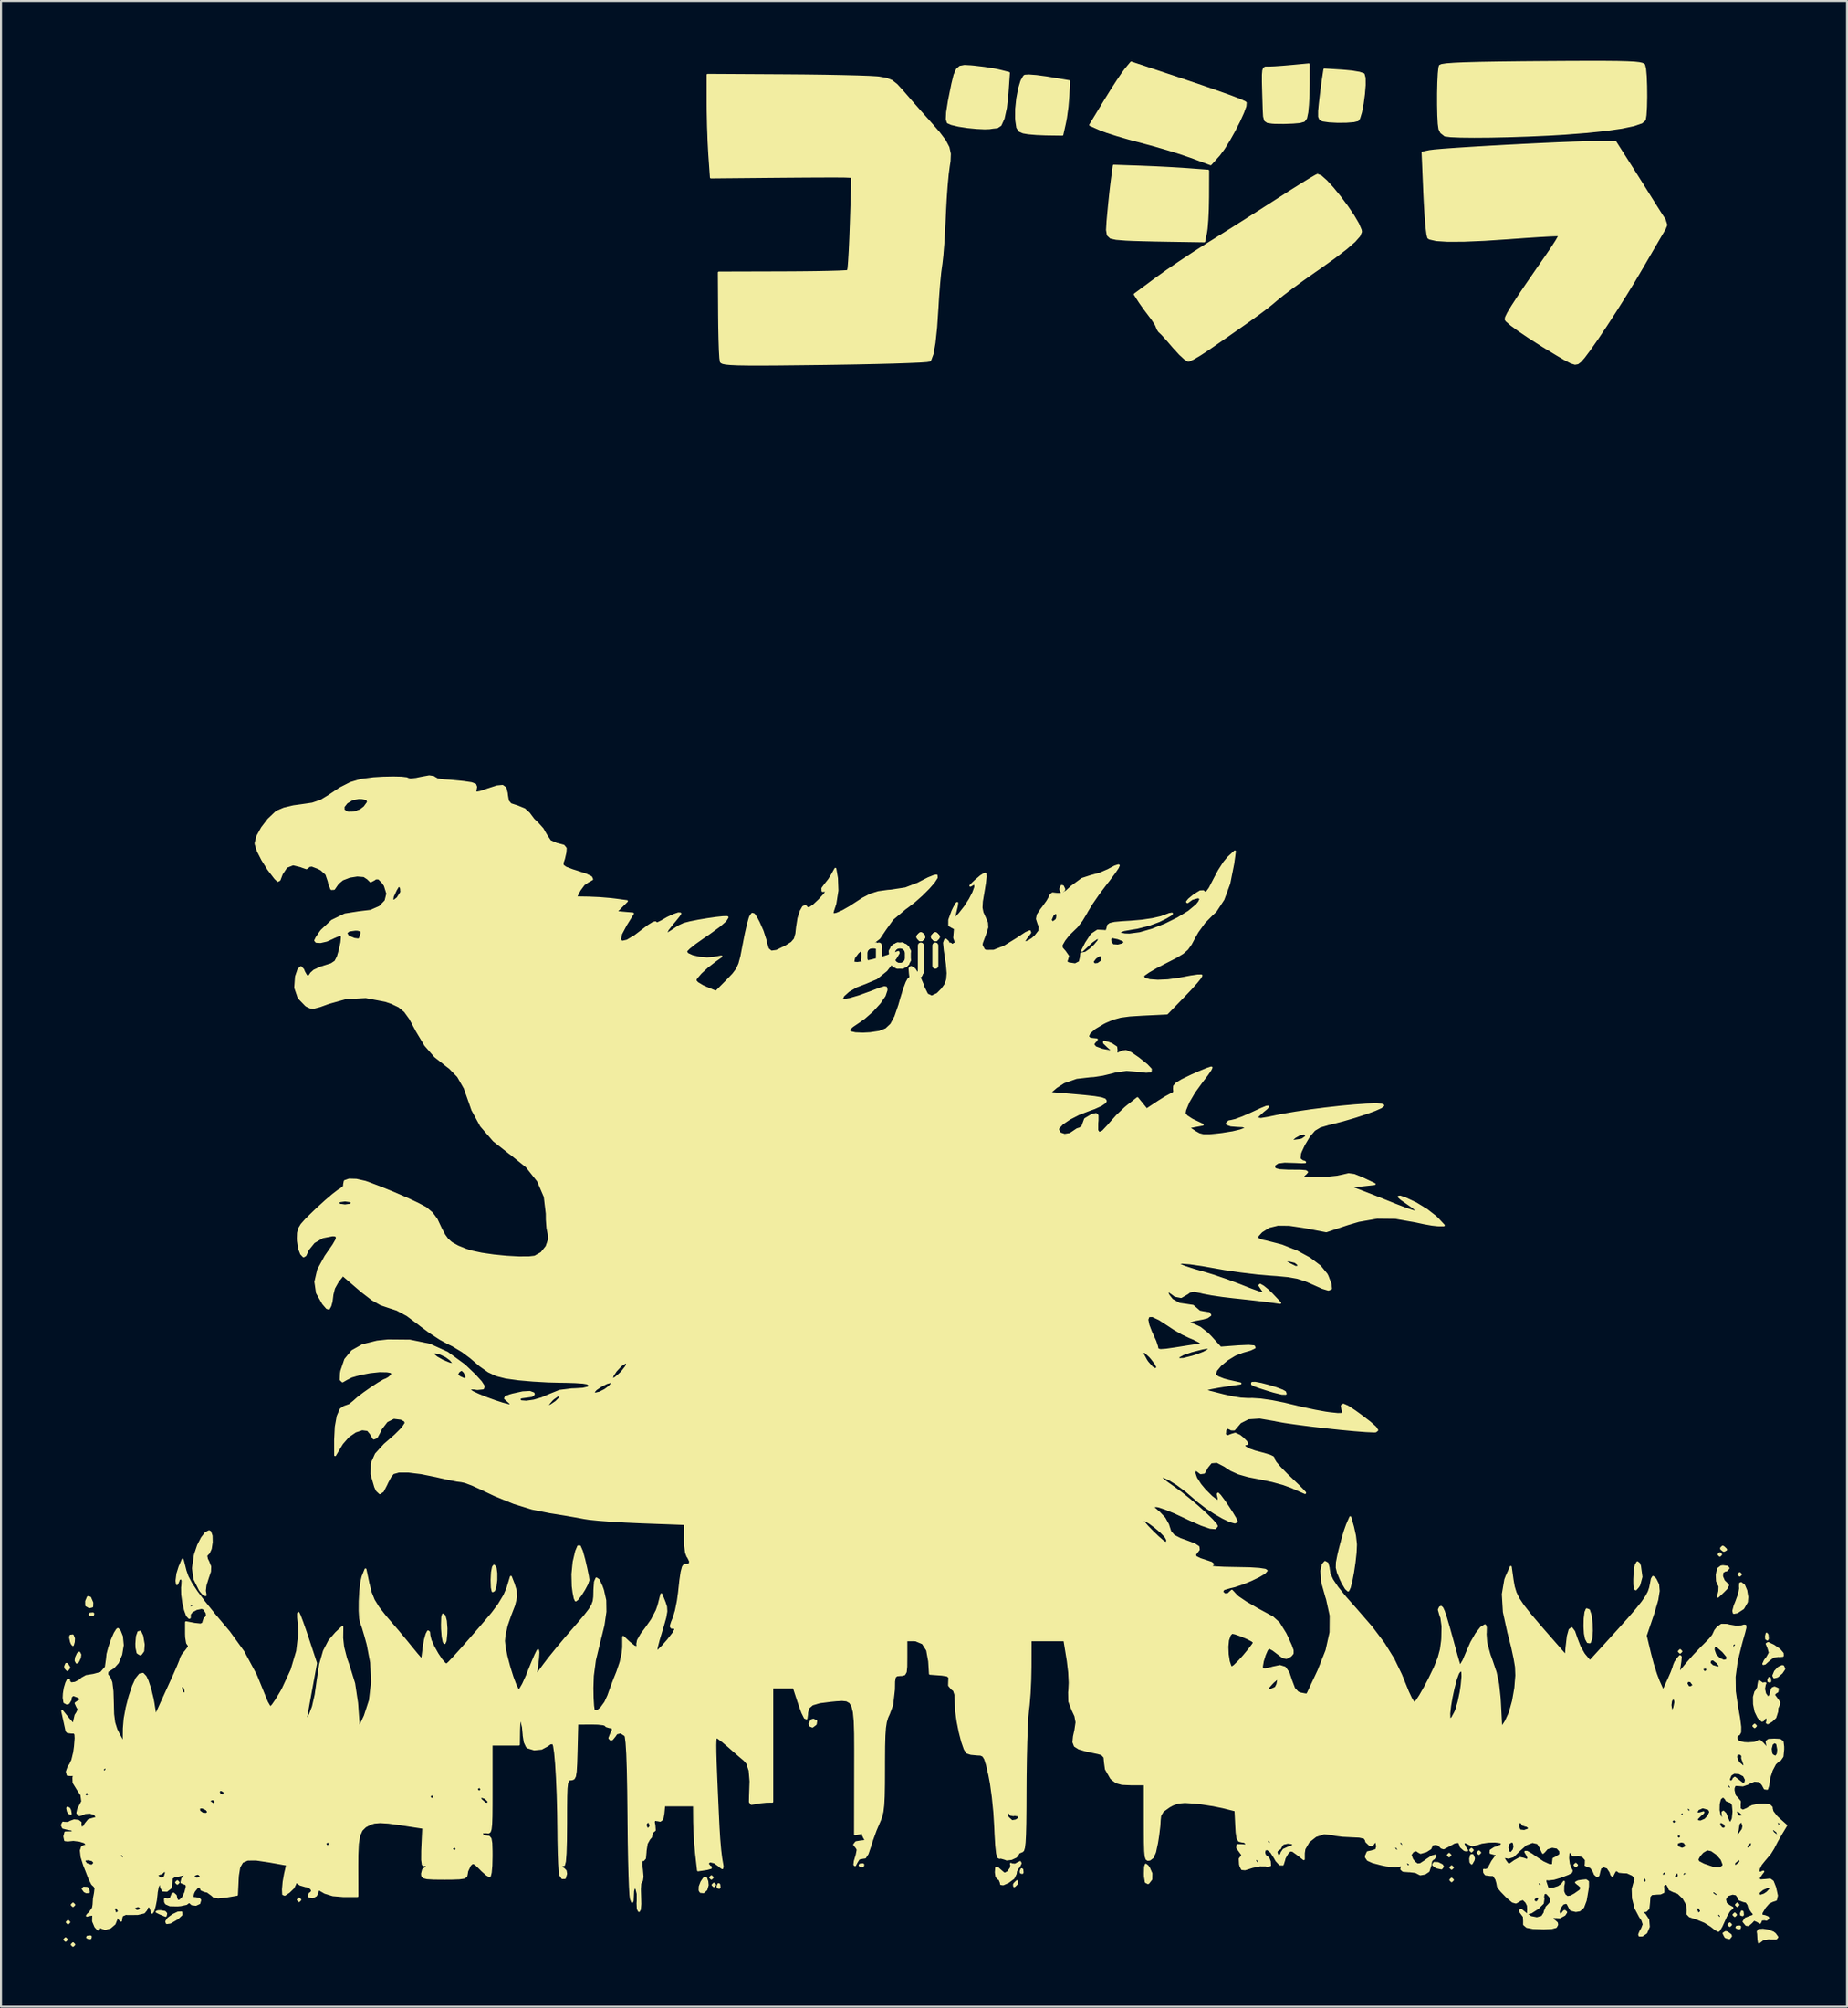
<source format=kicad_pcb>
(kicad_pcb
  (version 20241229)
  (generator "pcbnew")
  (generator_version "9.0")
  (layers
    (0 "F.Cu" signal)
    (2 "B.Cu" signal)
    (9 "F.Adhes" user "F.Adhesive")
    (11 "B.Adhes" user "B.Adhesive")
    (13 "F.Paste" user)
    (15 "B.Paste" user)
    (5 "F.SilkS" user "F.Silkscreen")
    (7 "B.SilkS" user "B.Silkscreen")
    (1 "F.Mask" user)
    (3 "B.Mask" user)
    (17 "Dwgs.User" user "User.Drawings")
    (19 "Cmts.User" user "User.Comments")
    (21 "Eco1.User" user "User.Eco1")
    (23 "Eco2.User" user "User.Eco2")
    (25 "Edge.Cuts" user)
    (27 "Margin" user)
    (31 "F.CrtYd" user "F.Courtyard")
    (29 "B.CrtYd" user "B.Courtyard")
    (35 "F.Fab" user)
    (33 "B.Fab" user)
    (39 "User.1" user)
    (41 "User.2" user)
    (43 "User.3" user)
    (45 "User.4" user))
  (footprint "gojira"
    (layer "F.Cu")
    (at 43.255 44.663)
    (property "Reference" "gojira" (at 0 0 0) (layer "F.SilkS") (effects (font (size 1.524 1.524) (thickness 0.3))))
    (attr through_hole)
    (fp_poly (pts (xy -42.956 49.493) (xy -43.018 49.555) (xy -43.08 49.493) (xy -43.018 49.43) (xy -42.956 49.493)) (stroke (width 0.1) (type solid)) (fill yes) (layer "F.SilkS"))
    (fp_poly (pts (xy -42.831 48.621) (xy -42.894 48.683) (xy -42.956 48.621) (xy -42.894 48.559) (xy -42.831 48.621)) (stroke (width 0.1) (type solid)) (fill yes) (layer "F.SilkS"))
    (fp_poly (pts (xy -42.582 47.75) (xy -42.645 47.812) (xy -42.707 47.75) (xy -42.645 47.687) (xy -42.582 47.75)) (stroke (width 0.1) (type solid)) (fill yes) (layer "F.SilkS"))
    (fp_poly (pts (xy -42.582 49.742) (xy -42.645 49.804) (xy -42.707 49.742) (xy -42.645 49.679) (xy -42.582 49.742)) (stroke (width 0.1) (type solid)) (fill yes) (layer "F.SilkS"))
    (fp_poly (pts (xy -37.353 46.629) (xy -37.415 46.691) (xy -37.477 46.629) (xy -37.415 46.567) (xy -37.353 46.629)) (stroke (width 0.1) (type solid)) (fill yes) (layer "F.SilkS"))
    (fp_poly (pts (xy -31.252 47.5) (xy -31.314 47.563) (xy -31.376 47.5) (xy -31.314 47.438) (xy -31.252 47.5)) (stroke (width 0.1) (type solid)) (fill yes) (layer "F.SilkS"))
    (fp_poly (pts (xy -10.583 46.38) (xy -10.646 46.442) (xy -10.708 46.38) (xy -10.646 46.318) (xy -10.583 46.38)) (stroke (width 0.1) (type solid)) (fill yes) (layer "F.SilkS"))
    (fp_poly (pts (xy -10.459 46.753) (xy -10.521 46.816) (xy -10.583 46.753) (xy -10.521 46.691) (xy -10.459 46.753)) (stroke (width 0.1) (type solid)) (fill yes) (layer "F.SilkS"))
    (fp_poly (pts (xy 26.396 45.259) (xy 26.334 45.322) (xy 26.272 45.259) (xy 26.334 45.197) (xy 26.396 45.259)) (stroke (width 0.1) (type solid)) (fill yes) (layer "F.SilkS"))
    (fp_poly (pts (xy 26.521 45.882) (xy 26.458 45.944) (xy 26.396 45.882) (xy 26.458 45.82) (xy 26.521 45.882)) (stroke (width 0.1) (type solid)) (fill yes) (layer "F.SilkS"))
    (fp_poly (pts (xy 26.521 46.504) (xy 26.458 46.567) (xy 26.396 46.504) (xy 26.458 46.442) (xy 26.521 46.504)) (stroke (width 0.1) (type solid)) (fill yes) (layer "F.SilkS"))
    (fp_poly (pts (xy 27.517 45.01) (xy 27.454 45.073) (xy 27.392 45.01) (xy 27.454 44.948) (xy 27.517 45.01)) (stroke (width 0.1) (type solid)) (fill yes) (layer "F.SilkS"))
    (fp_poly (pts (xy 27.89 45.135) (xy 27.828 45.197) (xy 27.766 45.135) (xy 27.828 45.073) (xy 27.89 45.135)) (stroke (width 0.1) (type solid)) (fill yes) (layer "F.SilkS"))
    (fp_poly (pts (xy 32.746 45.757) (xy 32.684 45.82) (xy 32.622 45.757) (xy 32.684 45.695) (xy 32.746 45.757)) (stroke (width 0.1) (type solid)) (fill yes) (layer "F.SilkS"))
    (fp_poly (pts (xy 37.975 35.05) (xy 37.913 35.112) (xy 37.851 35.05) (xy 37.913 34.987) (xy 37.975 35.05)) (stroke (width 0.1) (type solid)) (fill yes) (layer "F.SilkS"))
    (fp_poly (pts (xy 39.968 30.194) (xy 39.905 30.256) (xy 39.843 30.194) (xy 39.905 30.131) (xy 39.968 30.194)) (stroke (width 0.1) (type solid)) (fill yes) (layer "F.SilkS"))
    (fp_poly (pts (xy 40.466 48.746) (xy 40.403 48.808) (xy 40.341 48.746) (xy 40.403 48.683) (xy 40.466 48.746)) (stroke (width 0.1) (type solid)) (fill yes) (layer "F.SilkS"))
    (fp_poly (pts (xy 40.715 48.248) (xy 40.652 48.31) (xy 40.59 48.248) (xy 40.652 48.185) (xy 40.715 48.248)) (stroke (width 0.1) (type solid)) (fill yes) (layer "F.SilkS"))
    (fp_poly (pts (xy 40.839 47.75) (xy 40.777 47.812) (xy 40.715 47.75) (xy 40.777 47.687) (xy 40.839 47.75)) (stroke (width 0.1) (type solid)) (fill yes) (layer "F.SilkS"))
    (fp_poly (pts (xy 40.964 31.19) (xy 40.901 31.252) (xy 40.839 31.19) (xy 40.901 31.127) (xy 40.964 31.19)) (stroke (width 0.1) (type solid)) (fill yes) (layer "F.SilkS"))
    (fp_poly (pts (xy 41.711 38.785) (xy 41.649 38.847) (xy 41.586 38.785) (xy 41.649 38.723) (xy 41.711 38.785)) (stroke (width 0.1) (type solid)) (fill yes) (layer "F.SilkS"))
    (fp_poly (pts (xy -41.752 49.347) (xy -41.769 49.421) (xy -41.835 49.43) (xy -41.938 49.385) (xy -41.918 49.347) (xy -41.771 49.332) (xy -41.752 49.347)) (stroke (width 0.1) (type solid)) (fill yes) (layer "F.SilkS"))
    (fp_poly (pts (xy -41.628 33.161) (xy -41.645 33.235) (xy -41.711 33.244) (xy -41.813 33.199) (xy -41.794 33.161) (xy -41.646 33.146) (xy -41.628 33.161)) (stroke (width 0.1) (type solid)) (fill yes) (layer "F.SilkS"))
    (fp_poly (pts (xy -10.236 46.88) (xy -10.251 46.899) (xy -10.325 46.882) (xy -10.334 46.816) (xy -10.289 46.713) (xy -10.251 46.733) (xy -10.236 46.88)) (stroke (width 0.1) (type solid)) (fill yes) (layer "F.SilkS"))
    (fp_poly (pts (xy -3.03 45.737) (xy -3.047 45.811) (xy -3.113 45.82) (xy -3.215 45.774) (xy -3.196 45.737) (xy -3.048 45.722) (xy -3.03 45.737)) (stroke (width 0.1) (type solid)) (fill yes) (layer "F.SilkS"))
    (fp_poly (pts (xy 4.954 46.133) (xy 4.939 46.152) (xy 4.865 46.135) (xy 4.856 46.069) (xy 4.901 45.966) (xy 4.939 45.986) (xy 4.954 46.133)) (stroke (width 0.1) (type solid)) (fill yes) (layer "F.SilkS"))
    (fp_poly (pts (xy 40.922 48.849) (xy 40.905 48.923) (xy 40.839 48.932) (xy 40.737 48.887) (xy 40.756 48.849) (xy 40.904 48.834) (xy 40.922 48.849)) (stroke (width 0.1) (type solid)) (fill yes) (layer "F.SilkS"))
    (fp_poly (pts (xy 41.062 48.25) (xy 41.047 48.268) (xy 40.973 48.251) (xy 40.964 48.185) (xy 41.009 48.083) (xy 41.047 48.102) (xy 41.062 48.25)) (stroke (width 0.1) (type solid)) (fill yes) (layer "F.SilkS"))
    (fp_poly (pts (xy 42.309 34.411) (xy 42.284 34.455) (xy 42.227 34.418) (xy 42.219 34.292) (xy 42.249 34.159) (xy 42.294 34.217) (xy 42.309 34.411)) (stroke (width 0.1) (type solid)) (fill yes) (layer "F.SilkS"))
    (fp_poly (pts (xy 42.431 36.546) (xy 42.416 36.564) (xy 42.342 36.547) (xy 42.333 36.481) (xy 42.379 36.379) (xy 42.416 36.398) (xy 42.431 36.546)) (stroke (width 0.1) (type solid)) (fill yes) (layer "F.SilkS"))
    (fp_poly (pts (xy -42.757 43.188) (xy -42.84 43.154) (xy -42.899 43.072) (xy -42.937 42.909) (xy -42.921 42.88) (xy -42.835 42.922) (xy -42.788 43.013) (xy -42.757 43.188)) (stroke (width 0.1) (type solid)) (fill yes) (layer "F.SilkS"))
    (fp_poly (pts (xy -41.851 47.111) (xy -41.981 47.119) (xy -42.07 47.074) (xy -42.159 46.949) (xy -42.106 46.891) (xy -41.935 46.901) (xy -41.894 46.946) (xy -41.851 47.111)) (stroke (width 0.1) (type solid)) (fill yes) (layer "F.SilkS"))
    (fp_poly (pts (xy -41.678 32.611) (xy -41.685 32.802) (xy -41.827 32.837) (xy -41.983 32.748) (xy -41.986 32.536) (xy -41.899 32.331) (xy -41.785 32.36) (xy -41.678 32.611)) (stroke (width 0.1) (type solid)) (fill yes) (layer "F.SilkS"))
    (fp_poly (pts (xy -5.394 38.546) (xy -5.416 38.695) (xy -5.58 38.819) (xy -5.707 38.764) (xy -5.727 38.671) (xy -5.627 38.499) (xy -5.53 38.474) (xy -5.394 38.546)) (stroke (width 0.1) (type solid)) (fill yes) (layer "F.SilkS"))
    (fp_poly (pts (xy 7.046 -3.149) (xy 7.029 -3.104) (xy 6.909 -2.994) (xy 6.85 -3.119) (xy 6.848 -3.182) (xy 6.909 -3.311) (xy 6.975 -3.298) (xy 7.046 -3.149)) (stroke (width 0.1) (type solid)) (fill yes) (layer "F.SilkS"))
    (fp_poly (pts (xy 27.579 45.418) (xy 27.56 45.512) (xy 27.463 45.682) (xy 27.404 45.609) (xy 27.392 45.439) (xy 27.438 45.265) (xy 27.511 45.256) (xy 27.579 45.418)) (stroke (width 0.1) (type solid)) (fill yes) (layer "F.SilkS"))
    (fp_poly (pts (xy -42.831 35.866) (xy -42.915 35.981) (xy -42.935 35.983) (xy -43.028 35.883) (xy -43.039 35.802) (xy -42.985 35.676) (xy -42.935 35.685) (xy -42.832 35.849) (xy -42.831 35.866)) (stroke (width 0.1) (type solid)) (fill yes) (layer "F.SilkS"))
    (fp_poly (pts (xy -42.596 34.405) (xy -42.606 34.573) (xy -42.65 34.73) (xy -42.707 34.658) (xy -42.745 34.565) (xy -42.793 34.344) (xy -42.772 34.264) (xy -42.658 34.249) (xy -42.596 34.405)) (stroke (width 0.1) (type solid)) (fill yes) (layer "F.SilkS"))
    (fp_poly (pts (xy -42.278 35.211) (xy -42.297 35.361) (xy -42.391 35.563) (xy -42.461 35.61) (xy -42.513 35.51) (xy -42.494 35.361) (xy -42.4 35.159) (xy -42.33 35.112) (xy -42.278 35.211)) (stroke (width 0.1) (type solid)) (fill yes) (layer "F.SilkS"))
    (fp_poly (pts (xy 4.692 46.647) (xy 4.669 46.691) (xy 4.552 46.81) (xy 4.53 46.816) (xy 4.521 46.735) (xy 4.545 46.691) (xy 4.662 46.572) (xy 4.684 46.567) (xy 4.692 46.647)) (stroke (width 0.1) (type solid)) (fill yes) (layer "F.SilkS"))
    (fp_poly (pts (xy 26.023 45.834) (xy 25.951 45.929) (xy 25.714 45.875) (xy 25.68 45.862) (xy 25.529 45.742) (xy 25.586 45.652) (xy 25.774 45.659) (xy 25.975 45.758) (xy 26.023 45.834)) (stroke (width 0.1) (type solid)) (fill yes) (layer "F.SilkS"))
    (fp_poly (pts (xy 40.217 29.952) (xy 40.12 30.005) (xy 40.092 30.007) (xy 39.972 29.911) (xy 39.968 29.875) (xy 40.044 29.801) (xy 40.092 29.82) (xy 40.211 29.932) (xy 40.217 29.952)) (stroke (width 0.1) (type solid)) (fill yes) (layer "F.SilkS"))
    (fp_poly (pts (xy 40.466 49.319) (xy 40.382 49.424) (xy 40.213 49.38) (xy 40.175 49.347) (xy 40.092 49.182) (xy 40.194 49.116) (xy 40.279 49.136) (xy 40.444 49.259) (xy 40.466 49.319)) (stroke (width 0.1) (type solid)) (fill yes) (layer "F.SilkS"))
    (fp_poly (pts (xy -37.975 48.185) (xy -37.999 48.3) (xy -38.007 48.301) (xy -38.131 48.251) (xy -38.287 48.185) (xy -38.455 48.103) (xy -38.389 48.075) (xy -38.256 48.07) (xy -38.037 48.109) (xy -37.975 48.185)) (stroke (width 0.1) (type solid)) (fill yes) (layer "F.SilkS"))
    (fp_poly (pts (xy 43.134 35.93) (xy 43.007 36.12) (xy 42.786 36.31) (xy 42.628 36.351) (xy 42.586 36.263) (xy 42.671 36.056) (xy 42.848 35.868) (xy 43.029 35.784) (xy 43.08 35.796) (xy 43.134 35.93)) (stroke (width 0.1) (type solid)) (fill yes) (layer "F.SilkS"))
    (fp_poly (pts (xy -37.208 48.247) (xy -37.403 48.427) (xy -37.434 48.448) (xy -37.772 48.642) (xy -37.943 48.667) (xy -37.972 48.59) (xy -37.869 48.433) (xy -37.64 48.263) (xy -37.388 48.142) (xy -37.215 48.131) (xy -37.208 48.247)) (stroke (width 0.1) (type solid)) (fill yes) (layer "F.SilkS"))
    (fp_poly (pts (xy -21.425 31.129) (xy -21.426 31.467) (xy -21.467 31.79) (xy -21.54 31.999) (xy -21.611 32.032) (xy -21.651 31.849) (xy -21.663 31.47) (xy -21.644 31.084) (xy -21.594 30.824) (xy -21.54 30.754) (xy -21.463 30.862) (xy -21.425 31.129)) (stroke (width 0.1) (type solid)) (fill yes) (layer "F.SilkS"))
    (fp_poly (pts (xy -10.832 46.761) (xy -10.897 46.986) (xy -11.041 47.117) (xy -11.187 47.104) (xy -11.236 47.026) (xy -11.23 46.834) (xy -11.142 46.604) (xy -11.022 46.429) (xy -10.917 46.399) (xy -10.915 46.401) (xy -10.849 46.58) (xy -10.832 46.761)) (stroke (width 0.1) (type solid)) (fill yes) (layer "F.SilkS"))
    (fp_poly (pts (xy 11.41 46.179) (xy 11.404 46.468) (xy 11.263 46.65) (xy 11.237 46.661) (xy 11.132 46.606) (xy 11.088 46.336) (xy 11.085 46.172) (xy 11.094 45.848) (xy 11.131 45.737) (xy 11.217 45.804) (xy 11.277 45.881) (xy 11.41 46.179)) (stroke (width 0.1) (type solid)) (fill yes) (layer "F.SilkS"))
    (fp_poly (pts (xy -39.1 34.706) (xy -39.124 35.03) (xy -39.24 35.188) (xy -39.283 35.195) (xy -39.409 35.118) (xy -39.464 34.859) (xy -39.47 34.663) (xy -39.44 34.294) (xy -39.367 34.085) (xy -39.272 34.065) (xy -39.177 34.263) (xy -39.174 34.273) (xy -39.1 34.706)) (stroke (width 0.1) (type solid)) (fill yes) (layer "F.SilkS"))
    (fp_poly (pts (xy 35.976 31.312) (xy 35.864 31.723) (xy 35.801 31.82) (xy 35.693 31.94) (xy 35.638 31.909) (xy 35.618 31.688) (xy 35.616 31.439) (xy 35.637 31.009) (xy 35.694 30.713) (xy 35.773 30.583) (xy 35.86 30.653) (xy 35.902 30.775) (xy 35.976 31.312)) (stroke (width 0.1) (type solid)) (fill yes) (layer "F.SilkS"))
    (fp_poly (pts (xy -23.925 33.907) (xy -23.931 34.147) (xy -23.966 34.513) (xy -24.018 34.632) (xy -24.062 34.572) (xy -24.115 34.318) (xy -24.147 33.928) (xy -24.151 33.701) (xy -24.139 33.341) (xy -24.102 33.202) (xy -24.031 33.257) (xy -24.02 33.276) (xy -23.954 33.522) (xy -23.925 33.907)) (stroke (width 0.1) (type solid)) (fill yes) (layer "F.SilkS"))
    (fp_poly (pts (xy 33.491 34.022) (xy 33.463 34.402) (xy 33.388 34.596) (xy 33.284 34.581) (xy 33.195 34.417) (xy 33.142 34.153) (xy 33.121 33.785) (xy 33.131 33.4) (xy 33.169 33.089) (xy 33.23 32.942) (xy 33.343 32.984) (xy 33.429 33.239) (xy 33.481 33.671) (xy 33.491 34.022)) (stroke (width 0.1) (type solid)) (fill yes) (layer "F.SilkS"))
    (fp_poly (pts (xy 18.139 22.139) (xy 17.949 22.134) (xy 17.551 22.037) (xy 17.307 21.964) (xy 16.842 21.816) (xy 16.574 21.72) (xy 16.459 21.655) (xy 16.456 21.604) (xy 16.466 21.592) (xy 16.613 21.588) (xy 16.916 21.646) (xy 17.297 21.745) (xy 17.677 21.863) (xy 17.978 21.977) (xy 18.11 22.052) (xy 18.139 22.139)) (stroke (width 0.1) (type solid)) (fill yes) (layer "F.SilkS"))
    (fp_poly (pts (xy 41.281 32.325) (xy 41.261 32.571) (xy 41.078 32.889) (xy 40.773 33.09) (xy 40.605 33.12) (xy 40.579 33.019) (xy 40.647 32.761) (xy 40.732 32.55) (xy 40.865 32.185) (xy 40.923 31.895) (xy 40.915 31.803) (xy 40.919 31.649) (xy 40.971 31.625) (xy 41.115 31.734) (xy 41.228 31.999) (xy 41.281 32.325)) (stroke (width 0.1) (type solid)) (fill yes) (layer "F.SilkS"))
    (fp_poly (pts (xy 42.785 49.369) (xy 42.726 49.44) (xy 42.462 49.442) (xy 42.348 49.433) (xy 42.075 49.477) (xy 41.945 49.575) (xy 41.864 49.64) (xy 41.837 49.473) (xy 41.837 49.462) (xy 41.823 49.204) (xy 41.804 49.099) (xy 41.86 49.013) (xy 42.065 48.998) (xy 42.332 49.043) (xy 42.574 49.136) (xy 42.669 49.208) (xy 42.785 49.369)) (stroke (width 0.1) (type solid)) (fill yes) (layer "F.SilkS"))
    (fp_poly (pts (xy 43.059 35.27) (xy 42.892 35.287) (xy 42.846 35.276) (xy 42.575 35.322) (xy 42.348 35.498) (xy 42.168 35.662) (xy 42.085 35.681) (xy 42.084 35.674) (xy 42.16 35.507) (xy 42.281 35.35) (xy 42.409 35.119) (xy 42.339 34.873) (xy 42.254 34.67) (xy 42.322 34.63) (xy 42.567 34.742) (xy 42.615 34.769) (xy 42.9 34.968) (xy 43.055 35.15) (xy 43.059 35.27)) (stroke (width 0.1) (type solid)) (fill yes) (layer "F.SilkS"))
    (fp_poly (pts (xy -16.808 31.472) (xy -16.87 31.66) (xy -17.018 31.94) (xy -17.2 32.228) (xy -17.365 32.439) (xy -17.445 32.496) (xy -17.497 32.384) (xy -17.555 32.093) (xy -17.595 31.781) (xy -17.61 31.179) (xy -17.549 30.563) (xy -17.425 30.033) (xy -17.321 29.788) (xy -17.239 29.789) (xy -17.132 30.036) (xy -17.015 30.462) (xy -16.912 30.91) (xy -16.837 31.271) (xy -16.809 31.47) (xy -16.808 31.472)) (stroke (width 0.1) (type solid)) (fill yes) (layer "F.SilkS"))
    (fp_poly (pts (xy 40.341 30.88) (xy 40.24 30.989) (xy 40.155 31.003) (xy 40.026 31.093) (xy 40.015 31.299) (xy 40.111 31.523) (xy 40.226 31.632) (xy 40.317 31.739) (xy 40.238 31.892) (xy 40.107 32.026) (xy 39.811 32.31) (xy 39.878 32.03) (xy 39.887 31.785) (xy 39.832 31.681) (xy 39.763 31.521) (xy 39.749 31.228) (xy 39.75 31.207) (xy 39.812 30.914) (xy 39.969 30.794) (xy 40.061 30.78) (xy 40.279 30.808) (xy 40.341 30.88)) (stroke (width 0.1) (type solid)) (fill yes) (layer "F.SilkS"))
    (fp_poly (pts (xy 21.664 29.722) (xy 21.645 30.117) (xy 21.593 30.589) (xy 21.52 31.075) (xy 21.437 31.513) (xy 21.353 31.84) (xy 21.281 31.994) (xy 21.269 31.999) (xy 21.157 31.895) (xy 20.997 31.628) (xy 20.894 31.414) (xy 20.762 31.099) (xy 20.702 30.852) (xy 20.71 30.587) (xy 20.783 30.215) (xy 20.846 29.951) (xy 20.976 29.453) (xy 21.111 29) (xy 21.218 28.7) (xy 21.38 28.326) (xy 21.521 28.824) (xy 21.616 29.255) (xy 21.663 29.668) (xy 21.664 29.722)) (stroke (width 0.1) (type solid)) (fill yes) (layer "F.SilkS"))
    (fp_poly (pts (xy 7.284 -43.641) (xy 7.248 -42.894) (xy 7.204 -42.358) (xy 7.129 -41.813) (xy 7.08 -41.555) (xy 6.948 -40.964) (xy 6.12 -40.976) (xy 5.639 -40.995) (xy 5.219 -41.033) (xy 4.98 -41.075) (xy 4.789 -41.16) (xy 4.687 -41.328) (xy 4.638 -41.652) (xy 4.629 -41.778) (xy 4.631 -42.26) (xy 4.686 -42.778) (xy 4.779 -43.266) (xy 4.899 -43.659) (xy 5.03 -43.889) (xy 5.073 -43.918) (xy 5.272 -43.93) (xy 5.646 -43.901) (xy 6.123 -43.837) (xy 6.267 -43.814) (xy 7.284 -43.641)) (stroke (width 0.1) (type solid)) (fill yes) (layer "F.SilkS"))
    (fp_poly (pts (xy 22.102 -43.45) (xy 22.066 -42.999) (xy 22.002 -42.524) (xy 21.919 -42.098) (xy 21.827 -41.793) (xy 21.759 -41.689) (xy 21.55 -41.638) (xy 21.182 -41.61) (xy 20.742 -41.606) (xy 20.319 -41.628) (xy 20.002 -41.675) (xy 20 -41.675) (xy 19.874 -41.735) (xy 19.817 -41.87) (xy 19.817 -42.142) (xy 19.851 -42.501) (xy 19.91 -43.009) (xy 19.973 -43.497) (xy 20.009 -43.749) (xy 20.083 -44.231) (xy 21.005 -44.172) (xy 21.47 -44.128) (xy 21.84 -44.065) (xy 22.042 -43.997) (xy 22.051 -43.989) (xy 22.1 -43.805) (xy 22.102 -43.45)) (stroke (width 0.1) (type solid)) (fill yes) (layer "F.SilkS"))
    (fp_poly (pts (xy -35.694 29.579) (xy -35.743 29.902) (xy -35.838 30.114) (xy -35.859 30.132) (xy -35.967 30.245) (xy -35.93 30.426) (xy -35.864 30.557) (xy -35.769 30.799) (xy -35.78 31.044) (xy -35.894 31.382) (xy -36.003 31.734) (xy -36.036 32.01) (xy -36.025 32.069) (xy -35.996 32.231) (xy -36.082 32.212) (xy -36.244 32.028) (xy -36.296 31.952) (xy -36.556 31.427) (xy -36.634 30.882) (xy -36.539 30.237) (xy -36.522 30.168) (xy -36.374 29.733) (xy -36.186 29.365) (xy -35.992 29.114) (xy -35.826 29.029) (xy -35.772 29.056) (xy -35.701 29.259) (xy -35.694 29.579)) (stroke (width 0.1) (type solid)) (fill yes) (layer "F.SilkS"))
    (fp_poly (pts (xy 4.856 45.673) (xy 4.765 45.856) (xy 4.731 45.882) (xy 4.625 46.058) (xy 4.607 46.191) (xy 4.5 46.412) (xy 4.233 46.61) (xy 3.979 46.722) (xy 3.875 46.707) (xy 3.86 46.619) (xy 3.789 46.46) (xy 3.735 46.442) (xy 3.643 46.335) (xy 3.611 46.122) (xy 3.627 45.905) (xy 3.707 45.906) (xy 3.806 45.997) (xy 3.987 46.153) (xy 4.064 46.193) (xy 4.222 46.107) (xy 4.358 45.923) (xy 4.393 45.759) (xy 4.383 45.741) (xy 4.369 45.696) (xy 4.409 45.725) (xy 4.586 45.737) (xy 4.689 45.679) (xy 4.831 45.609) (xy 4.856 45.673)) (stroke (width 0.1) (type solid)) (fill yes) (layer "F.SilkS"))
    (fp_poly (pts (xy 4.269 -44.057) (xy 4.197 -43.031) (xy 4.118 -42.316) (xy 4 -41.779) (xy 3.849 -41.445) (xy 3.684 -41.336) (xy 3.454 -41.312) (xy 3.3 -41.287) (xy 3.052 -41.278) (xy 2.648 -41.298) (xy 2.194 -41.342) (xy 1.744 -41.412) (xy 1.389 -41.496) (xy 1.205 -41.577) (xy 1.205 -41.577) (xy 1.154 -41.743) (xy 1.172 -42.09) (xy 1.259 -42.642) (xy 1.302 -42.862) (xy 1.433 -43.51) (xy 1.542 -43.952) (xy 1.66 -44.224) (xy 1.815 -44.363) (xy 2.038 -44.406) (xy 2.358 -44.389) (xy 2.525 -44.373) (xy 3.035 -44.312) (xy 3.526 -44.233) (xy 3.784 -44.179) (xy 4.269 -44.057)) (stroke (width 0.1) (type solid)) (fill yes) (layer "F.SilkS"))
    (fp_poly (pts (xy 14.256 -39.158) (xy 14.252 -37.851) (xy 14.241 -37.249) (xy 14.215 -36.691) (xy 14.179 -36.254) (xy 14.154 -36.08) (xy 14.06 -35.617) (xy 12.29 -35.645) (xy 11.612 -35.657) (xy 10.987 -35.672) (xy 10.475 -35.687) (xy 10.137 -35.702) (xy 10.085 -35.706) (xy 9.643 -35.742) (xy 9.369 -35.802) (xy 9.228 -35.934) (xy 9.186 -36.189) (xy 9.211 -36.615) (xy 9.24 -36.944) (xy 9.298 -37.547) (xy 9.362 -38.153) (xy 9.422 -38.647) (xy 9.432 -38.723) (xy 9.526 -39.407) (xy 10.833 -39.362) (xy 11.534 -39.333) (xy 12.287 -39.295) (xy 12.969 -39.254) (xy 13.198 -39.238) (xy 14.256 -39.158)) (stroke (width 0.1) (type solid)) (fill yes) (layer "F.SilkS"))
    (fp_poly (pts (xy 19.299 -44.486) (xy 19.298 -43.503) (xy 19.287 -42.962) (xy 19.261 -42.456) (xy 19.225 -42.087) (xy 19.221 -42.064) (xy 19.164 -41.796) (xy 19.062 -41.655) (xy 18.843 -41.594) (xy 18.506 -41.566) (xy 18.041 -41.549) (xy 17.606 -41.554) (xy 17.462 -41.563) (xy 17.234 -41.596) (xy 17.111 -41.681) (xy 17.058 -41.881) (xy 17.038 -42.26) (xy 17.037 -42.31) (xy 17.014 -43.062) (xy 17 -43.6) (xy 17 -43.961) (xy 17.018 -44.178) (xy 17.058 -44.288) (xy 17.126 -44.327) (xy 17.226 -44.328) (xy 17.299 -44.326) (xy 17.588 -44.338) (xy 18.024 -44.369) (xy 18.459 -44.407) (xy 19.299 -44.486)) (stroke (width 0.1) (type solid)) (fill yes) (layer "F.SilkS"))
    (fp_poly (pts (xy 16.137 -42.561) (xy 16.122 -42.391) (xy 16.002 -42.063) (xy 15.806 -41.632) (xy 15.561 -41.152) (xy 15.295 -40.678) (xy 15.036 -40.262) (xy 14.811 -39.959) (xy 14.796 -39.941) (xy 14.381 -39.479) (xy 13.405 -39.843) (xy 12.876 -40.025) (xy 12.2 -40.235) (xy 11.472 -40.446) (xy 10.915 -40.595) (xy 10.277 -40.766) (xy 9.675 -40.942) (xy 9.179 -41.1) (xy 8.871 -41.215) (xy 8.341 -41.448) (xy 9.084 -42.669) (xy 9.411 -43.196) (xy 9.722 -43.677) (xy 9.976 -44.051) (xy 10.112 -44.234) (xy 10.397 -44.578) (xy 11.579 -44.186) (xy 12.877 -43.753) (xy 13.945 -43.392) (xy 14.792 -43.098) (xy 15.426 -42.87) (xy 15.856 -42.704) (xy 16.089 -42.597) (xy 16.137 -42.561)) (stroke (width 0.1) (type solid)) (fill yes) (layer "F.SilkS"))
    (fp_poly (pts (xy 42.881 37.604) (xy 42.868 37.713) (xy 42.79 37.884) (xy 42.779 38.066) (xy 42.686 38.36) (xy 42.507 38.533) (xy 42.306 38.652) (xy 42.26 38.625) (xy 42.288 38.536) (xy 42.283 38.376) (xy 42.222 38.349) (xy 42.092 38.447) (xy 42.082 38.505) (xy 42.016 38.528) (xy 41.86 38.382) (xy 41.833 38.349) (xy 41.694 38.063) (xy 41.619 37.693) (xy 41.614 37.333) (xy 41.686 37.077) (xy 41.736 37.026) (xy 41.82 36.866) (xy 41.845 36.692) (xy 41.874 36.54) (xy 41.918 36.576) (xy 42.051 36.67) (xy 42.114 36.65) (xy 42.188 36.646) (xy 42.158 36.712) (xy 42.119 36.928) (xy 42.176 37.177) (xy 42.293 37.339) (xy 42.342 37.353) (xy 42.436 37.249) (xy 42.458 37.104) (xy 42.536 36.901) (xy 42.645 36.855) (xy 42.812 36.926) (xy 42.793 37.063) (xy 42.677 37.135) (xy 42.612 37.229) (xy 42.748 37.412) (xy 42.881 37.604)) (stroke (width 0.1) (type solid)) (fill yes) (layer "F.SilkS"))
    (fp_poly (pts (xy 36.216 -42.87) (xy 36.206 -42.362) (xy 36.18 -41.945) (xy 36.144 -41.711) (xy 35.986 -41.573) (xy 35.597 -41.44) (xy 34.995 -41.314) (xy 34.198 -41.198) (xy 33.223 -41.096) (xy 32.089 -41.008) (xy 31.314 -40.963) (xy 30.3 -40.917) (xy 29.318 -40.884) (xy 28.402 -40.864) (xy 27.589 -40.858) (xy 26.916 -40.865) (xy 26.419 -40.886) (xy 26.133 -40.922) (xy 26.129 -40.923) (xy 25.935 -41.076) (xy 25.85 -41.251) (xy 25.814 -41.511) (xy 25.791 -41.935) (xy 25.78 -42.459) (xy 25.78 -43.023) (xy 25.792 -43.563) (xy 25.815 -44.018) (xy 25.847 -44.325) (xy 25.873 -44.414) (xy 25.965 -44.454) (xy 26.196 -44.489) (xy 26.583 -44.518) (xy 27.142 -44.543) (xy 27.889 -44.563) (xy 28.841 -44.579) (xy 30.015 -44.593) (xy 30.98 -44.601) (xy 32.247 -44.609) (xy 33.287 -44.613) (xy 34.123 -44.612) (xy 34.776 -44.606) (xy 35.27 -44.593) (xy 35.627 -44.574) (xy 35.869 -44.548) (xy 36.018 -44.513) (xy 36.097 -44.47) (xy 36.114 -44.45) (xy 36.159 -44.258) (xy 36.192 -43.886) (xy 36.211 -43.4) (xy 36.216 -42.87)) (stroke (width 0.1) (type solid)) (fill yes) (layer "F.SilkS"))
    (fp_poly (pts (xy 21.914 -36.098) (xy 21.835 -35.901) (xy 21.591 -35.624) (xy 21.169 -35.257) (xy 20.558 -34.79) (xy 19.745 -34.212) (xy 19.561 -34.085) (xy 18.997 -33.688) (xy 18.448 -33.288) (xy 17.98 -32.932) (xy 17.674 -32.684) (xy 17.456 -32.499) (xy 17.212 -32.304) (xy 16.915 -32.079) (xy 16.537 -31.803) (xy 16.048 -31.456) (xy 15.421 -31.017) (xy 14.628 -30.465) (xy 14.281 -30.225) (xy 13.868 -29.952) (xy 13.519 -29.745) (xy 13.295 -29.64) (xy 13.26 -29.633) (xy 13.104 -29.723) (xy 12.846 -29.96) (xy 12.537 -30.296) (xy 12.492 -30.349) (xy 12.19 -30.7) (xy 11.946 -30.968) (xy 11.806 -31.101) (xy 11.797 -31.107) (xy 11.706 -31.25) (xy 11.704 -31.276) (xy 11.633 -31.443) (xy 11.453 -31.719) (xy 11.349 -31.857) (xy 11.079 -32.216) (xy 10.838 -32.556) (xy 10.786 -32.636) (xy 10.577 -32.962) (xy 11.669 -33.771) (xy 12.195 -34.147) (xy 12.857 -34.598) (xy 13.574 -35.072) (xy 14.27 -35.517) (xy 14.381 -35.586) (xy 15.09 -36.03) (xy 15.918 -36.553) (xy 16.776 -37.098) (xy 17.573 -37.609) (xy 17.792 -37.75) (xy 18.391 -38.134) (xy 18.923 -38.468) (xy 19.351 -38.731) (xy 19.637 -38.898) (xy 19.737 -38.947) (xy 19.91 -38.875) (xy 20.178 -38.637) (xy 20.509 -38.275) (xy 20.868 -37.835) (xy 21.22 -37.362) (xy 21.533 -36.9) (xy 21.771 -36.493) (xy 21.9 -36.187) (xy 21.914 -36.098)) (stroke (width 0.1) (type solid)) (fill yes) (layer "F.SilkS"))
    (fp_poly (pts (xy 37.223 -36.439) (xy 37.153 -36.264) (xy 37.046 -36.083) (xy 36.839 -35.731) (xy 36.558 -35.249) (xy 36.228 -34.681) (xy 36.05 -34.374) (xy 35.616 -33.639) (xy 35.146 -32.873) (xy 34.665 -32.11) (xy 34.195 -31.387) (xy 33.76 -30.738) (xy 33.383 -30.2) (xy 33.089 -29.807) (xy 32.909 -29.605) (xy 32.782 -29.508) (xy 32.647 -29.483) (xy 32.451 -29.543) (xy 32.141 -29.705) (xy 31.743 -29.938) (xy 31.037 -30.366) (xy 30.4 -30.771) (xy 29.862 -31.133) (xy 29.458 -31.427) (xy 29.218 -31.633) (xy 29.168 -31.703) (xy 29.187 -31.81) (xy 29.29 -32.02) (xy 29.488 -32.35) (xy 29.792 -32.819) (xy 30.213 -33.443) (xy 30.762 -34.24) (xy 31.179 -34.839) (xy 31.476 -35.275) (xy 31.705 -35.63) (xy 31.837 -35.858) (xy 31.857 -35.918) (xy 31.725 -35.922) (xy 31.383 -35.909) (xy 30.87 -35.88) (xy 30.224 -35.838) (xy 29.484 -35.785) (xy 29.384 -35.777) (xy 28.114 -35.692) (xy 27.073 -35.648) (xy 26.264 -35.644) (xy 25.691 -35.68) (xy 25.358 -35.757) (xy 25.29 -35.802) (xy 25.248 -35.961) (xy 25.202 -36.325) (xy 25.157 -36.849) (xy 25.117 -37.491) (xy 25.092 -37.994) (xy 25.005 -40.068) (xy 25.358 -40.141) (xy 25.601 -40.172) (xy 26.054 -40.211) (xy 26.678 -40.256) (xy 27.435 -40.305) (xy 28.285 -40.356) (xy 29.19 -40.407) (xy 30.111 -40.455) (xy 31.008 -40.499) (xy 31.845 -40.537) (xy 32.58 -40.565) (xy 33.177 -40.583) (xy 33.555 -40.588) (xy 34.676 -40.587) (xy 35.25 -39.686) (xy 35.612 -39.117) (xy 36.02 -38.47) (xy 36.389 -37.881) (xy 36.408 -37.851) (xy 36.689 -37.402) (xy 36.935 -37.014) (xy 37.105 -36.752) (xy 37.14 -36.7) (xy 37.223 -36.439)) (stroke (width 0.1) (type solid)) (fill yes) (layer "F.SilkS"))
    (fp_poly (pts (xy 1.308 -39.999) (xy 1.293 -39.636) (xy 1.252 -39.373) (xy 1.201 -38.982) (xy 1.148 -38.412) (xy 1.1 -37.733) (xy 1.062 -37.016) (xy 1.055 -36.855) (xy 1.022 -36.149) (xy 0.979 -35.476) (xy 0.932 -34.903) (xy 0.886 -34.496) (xy 0.875 -34.427) (xy 0.824 -34.048) (xy 0.771 -33.499) (xy 0.721 -32.858) (xy 0.688 -32.31) (xy 0.621 -31.301) (xy 0.538 -30.521) (xy 0.44 -29.979) (xy 0.327 -29.677) (xy 0.295 -29.639) (xy 0.151 -29.616) (xy -0.215 -29.591) (xy -0.777 -29.567) (xy -1.509 -29.542) (xy -2.382 -29.519) (xy -3.371 -29.498) (xy -4.449 -29.48) (xy -4.957 -29.472) (xy -6.238 -29.457) (xy -7.291 -29.446) (xy -8.14 -29.441) (xy -8.805 -29.443) (xy -9.309 -29.451) (xy -9.673 -29.467) (xy -9.921 -29.49) (xy -10.073 -29.521) (xy -10.151 -29.562) (xy -10.173 -29.594) (xy -10.198 -29.776) (xy -10.221 -30.162) (xy -10.239 -30.707) (xy -10.253 -31.365) (xy -10.259 -31.918) (xy -10.272 -34.053) (xy -7.067 -34.062) (xy -6.199 -34.067) (xy -5.415 -34.076) (xy -4.749 -34.089) (xy -4.235 -34.104) (xy -3.906 -34.121) (xy -3.797 -34.137) (xy -3.772 -34.277) (xy -3.743 -34.626) (xy -3.712 -35.143) (xy -3.682 -35.789) (xy -3.655 -36.524) (xy -3.655 -36.525) (xy -3.58 -38.847) (xy -3.938 -38.863) (xy -4.158 -38.866) (xy -4.589 -38.867) (xy -5.192 -38.866) (xy -5.931 -38.862) (xy -6.766 -38.856) (xy -7.482 -38.85) (xy -10.669 -38.82) (xy -10.751 -39.973) (xy -10.786 -40.614) (xy -10.814 -41.383) (xy -10.83 -42.159) (xy -10.832 -42.544) (xy -10.832 -43.961) (xy -6.879 -43.938) (xy -5.876 -43.93) (xy -4.924 -43.917) (xy -4.058 -43.9) (xy -3.315 -43.881) (xy -2.733 -43.86) (xy -2.348 -43.837) (xy -2.253 -43.828) (xy -1.878 -43.763) (xy -1.606 -43.655) (xy -1.355 -43.454) (xy -1.041 -43.11) (xy -1.008 -43.071) (xy -0.634 -42.64) (xy -0.185 -42.13) (xy 0.249 -41.643) (xy 0.288 -41.6) (xy 0.751 -41.071) (xy 1.06 -40.663) (xy 1.238 -40.323) (xy 1.308 -39.999)) (stroke (width 0.1) (type solid)) (fill yes) (layer "F.SilkS"))
    (fp_poly (pts (xy 43.23 43.774) (xy 42.97 44.205) (xy 42.956 44.23) (xy 42.956 43.703) (xy 42.86 43.583) (xy 42.824 43.578) (xy 42.75 43.655) (xy 42.769 43.703) (xy 42.881 43.822) (xy 42.901 43.827) (xy 42.954 43.731) (xy 42.956 43.703) (xy 42.956 44.23) (xy 42.825 44.459) (xy 42.825 44.23) (xy 42.774 44.085) (xy 42.605 43.959) (xy 42.56 43.952) (xy 42.51 44.023) (xy 42.585 44.142) (xy 42.747 44.269) (xy 42.825 44.23) (xy 42.825 44.459) (xy 42.769 44.556) (xy 42.611 44.863) (xy 42.592 44.903) (xy 42.423 45.175) (xy 42.171 45.472) (xy 42.155 45.489) (xy 41.959 45.734) (xy 41.938 45.779) (xy 41.938 43.782) (xy 41.918 43.744) (xy 41.771 43.73) (xy 41.752 43.744) (xy 41.769 43.818) (xy 41.835 43.827) (xy 41.938 43.782) (xy 41.938 45.779) (xy 41.849 45.965) (xy 41.84 46.12) (xy 41.947 46.141) (xy 41.991 46.12) (xy 42.084 46.083) (xy 41.997 46.193) (xy 41.991 46.2) (xy 41.845 46.422) (xy 41.918 46.528) (xy 42.186 46.509) (xy 42.423 46.483) (xy 42.558 46.58) (xy 42.668 46.857) (xy 42.679 46.894) (xy 42.766 47.287) (xy 42.717 47.5) (xy 42.527 47.563) (xy 42.437 47.61) (xy 42.437 46.878) (xy 42.278 46.865) (xy 42.051 46.962) (xy 41.872 47.108) (xy 41.835 47.194) (xy 41.913 47.307) (xy 42.135 47.232) (xy 42.278 47.137) (xy 42.433 46.974) (xy 42.437 46.878) (xy 42.437 47.61) (xy 42.346 47.658) (xy 42.161 47.87) (xy 41.997 48.145) (xy 41.985 48.275) (xy 42.121 48.31) (xy 42.147 48.31) (xy 42.312 48.375) (xy 42.333 48.43) (xy 42.242 48.499) (xy 42.147 48.479) (xy 41.987 48.492) (xy 41.96 48.561) (xy 41.918 48.651) (xy 41.783 48.567) (xy 41.614 48.495) (xy 41.488 48.632) (xy 41.332 48.767) (xy 41.229 48.756) (xy 41.094 48.592) (xy 41.193 48.442) (xy 41.396 48.362) (xy 41.603 48.287) (xy 41.595 48.183) (xy 41.52 48.102) (xy 41.514 48.092) (xy 41.514 44.605) (xy 41.439 44.603) (xy 41.289 44.717) (xy 41.232 44.867) (xy 41.304 44.948) (xy 41.314 44.948) (xy 41.457 44.848) (xy 41.511 44.751) (xy 41.514 44.605) (xy 41.514 48.092) (xy 41.368 47.869) (xy 41.337 47.741) (xy 41.234 47.596) (xy 41.088 47.563) (xy 41.088 43.812) (xy 41.088 43.282) (xy 41.006 43.175) (xy 40.901 43.08) (xy 40.754 42.994) (xy 40.715 43.108) (xy 40.715 43.127) (xy 40.808 43.302) (xy 40.901 43.329) (xy 41.068 43.304) (xy 41.088 43.282) (xy 41.088 43.812) (xy 41.033 43.618) (xy 40.964 43.578) (xy 40.852 43.679) (xy 40.839 43.755) (xy 40.797 44.021) (xy 40.754 44.16) (xy 40.713 44.313) (xy 40.805 44.275) (xy 40.878 44.217) (xy 41.051 43.975) (xy 41.088 43.812) (xy 41.088 47.563) (xy 40.94 47.506) (xy 40.94 45.578) (xy 40.906 45.463) (xy 40.831 45.469) (xy 40.643 45.627) (xy 40.614 45.687) (xy 40.648 45.803) (xy 40.722 45.796) (xy 40.911 45.639) (xy 40.94 45.578) (xy 40.94 47.506) (xy 40.885 47.485) (xy 40.839 47.376) (xy 40.732 47.225) (xy 40.59 47.198) (xy 40.59 43.073) (xy 40.558 42.73) (xy 40.466 42.606) (xy 40.466 41.835) (xy 40.37 41.716) (xy 40.334 41.711) (xy 40.283 41.763) (xy 40.283 35.313) (xy 40.07 35.054) (xy 40.063 35.047) (xy 39.791 34.814) (xy 39.649 34.758) (xy 39.598 34.874) (xy 39.594 34.98) (xy 39.678 35.218) (xy 39.876 35.42) (xy 40.104 35.524) (xy 40.27 35.482) (xy 40.283 35.313) (xy 40.283 41.763) (xy 40.259 41.787) (xy 40.279 41.835) (xy 40.391 41.954) (xy 40.411 41.96) (xy 40.464 41.863) (xy 40.466 41.835) (xy 40.466 42.606) (xy 40.453 42.59) (xy 40.403 42.582) (xy 40.238 42.515) (xy 40.217 42.458) (xy 40.116 42.347) (xy 40.03 42.333) (xy 39.92 42.432) (xy 39.92 35.815) (xy 39.826 35.661) (xy 39.778 35.607) (xy 39.566 35.443) (xy 39.443 35.48) (xy 39.443 35.047) (xy 39.428 35.029) (xy 39.354 35.046) (xy 39.345 35.112) (xy 39.391 35.214) (xy 39.428 35.195) (xy 39.443 35.047) (xy 39.443 35.48) (xy 39.418 35.488) (xy 39.388 35.642) (xy 39.537 35.784) (xy 39.801 35.856) (xy 39.831 35.857) (xy 39.92 35.815) (xy 39.92 42.432) (xy 39.912 42.44) (xy 39.849 42.695) (xy 39.843 43.007) (xy 39.899 43.279) (xy 39.989 43.405) (xy 40.082 43.411) (xy 40.055 43.288) (xy 40.037 43.115) (xy 40.083 43.08) (xy 40.189 43.186) (xy 40.269 43.397) (xy 40.367 43.619) (xy 40.472 43.623) (xy 40.555 43.435) (xy 40.59 43.083) (xy 40.59 43.073) (xy 40.59 47.198) (xy 40.542 47.189) (xy 40.279 47.274) (xy 40.217 47.378) (xy 40.217 43.835) (xy 40.134 43.678) (xy 39.972 43.595) (xy 39.885 43.62) (xy 39.875 43.766) (xy 39.994 43.914) (xy 40.1 43.952) (xy 40.214 43.858) (xy 40.217 43.835) (xy 40.217 47.378) (xy 40.162 47.469) (xy 40.213 47.685) (xy 40.382 47.811) (xy 40.535 47.895) (xy 40.509 47.928) (xy 40.382 48.039) (xy 40.22 48.31) (xy 40.136 48.496) (xy 40.09 48.597) (xy 40.09 45.726) (xy 39.994 45.473) (xy 39.767 45.211) (xy 39.692 45.158) (xy 39.692 37.039) (xy 39.677 37.021) (xy 39.603 37.038) (xy 39.594 37.104) (xy 39.64 37.206) (xy 39.677 37.187) (xy 39.692 37.039) (xy 39.692 45.158) (xy 39.493 45.018) (xy 39.429 45.004) (xy 39.429 43.096) (xy 39.368 42.969) (xy 39.325 42.939) (xy 39.283 42.927) (xy 39.283 35.983) (xy 39.253 35.878) (xy 39.158 35.859) (xy 39.024 35.917) (xy 39.034 35.983) (xy 39.14 36.102) (xy 39.158 36.108) (xy 39.257 36.021) (xy 39.283 35.983) (xy 39.283 42.927) (xy 39.043 42.86) (xy 38.811 42.961) (xy 38.747 43.069) (xy 38.762 43.188) (xy 38.923 43.162) (xy 39.084 43.114) (xy 39.037 43.173) (xy 38.94 43.249) (xy 38.746 43.447) (xy 38.783 43.556) (xy 38.942 43.578) (xy 39.171 43.481) (xy 39.327 43.313) (xy 39.429 43.096) (xy 39.429 45.004) (xy 39.27 44.969) (xy 39.047 45.099) (xy 38.881 45.285) (xy 38.779 45.475) (xy 38.828 45.595) (xy 39.067 45.721) (xy 39.115 45.742) (xy 39.584 45.902) (xy 39.914 45.922) (xy 40.078 45.803) (xy 40.09 45.726) (xy 40.09 48.597) (xy 39.988 48.821) (xy 39.968 48.856) (xy 39.968 48.31) (xy 39.872 48.19) (xy 39.836 48.185) (xy 39.801 48.221) (xy 39.801 47.237) (xy 39.781 47.189) (xy 39.616 47.069) (xy 39.579 47.065) (xy 39.512 47.141) (xy 39.532 47.189) (xy 39.697 47.309) (xy 39.733 47.314) (xy 39.801 47.237) (xy 39.801 48.221) (xy 39.761 48.262) (xy 39.781 48.31) (xy 39.893 48.429) (xy 39.913 48.434) (xy 39.966 48.338) (xy 39.968 48.31) (xy 39.968 48.856) (xy 39.87 49.023) (xy 39.831 49.056) (xy 39.694 48.983) (xy 39.469 48.807) (xy 39.152 48.607) (xy 38.972 48.533) (xy 38.972 48.068) (xy 38.881 47.9) (xy 38.847 47.874) (xy 38.74 47.902) (xy 38.723 47.991) (xy 38.788 48.162) (xy 38.847 48.185) (xy 38.968 48.096) (xy 38.972 48.068) (xy 38.972 48.533) (xy 38.754 48.444) (xy 38.702 48.429) (xy 38.57 48.384) (xy 38.57 36.707) (xy 38.446 36.543) (xy 38.296 36.522) (xy 38.225 36.658) (xy 38.325 36.829) (xy 38.422 36.855) (xy 38.567 36.783) (xy 38.57 36.707) (xy 38.57 48.384) (xy 38.474 48.351) (xy 38.474 47.127) (xy 38.474 43.025) (xy 38.386 42.919) (xy 38.349 42.894) (xy 38.234 42.903) (xy 38.225 42.949) (xy 38.315 43.075) (xy 38.349 43.08) (xy 38.47 43.038) (xy 38.474 43.025) (xy 38.474 47.127) (xy 38.447 47.1) (xy 38.447 43.638) (xy 38.432 43.62) (xy 38.358 43.637) (xy 38.349 43.703) (xy 38.395 43.805) (xy 38.432 43.786) (xy 38.447 43.638) (xy 38.447 47.1) (xy 38.411 47.065) (xy 38.349 47.127) (xy 38.411 47.189) (xy 38.474 47.127) (xy 38.474 48.351) (xy 38.395 48.325) (xy 38.278 48.202) (xy 38.292 48.021) (xy 38.259 47.727) (xy 38.225 47.667) (xy 38.225 46.193) (xy 38.225 44.761) (xy 38.121 44.609) (xy 38.1 44.604) (xy 38.1 43.205) (xy 38.058 43.084) (xy 38.045 43.08) (xy 37.939 43.168) (xy 37.913 43.205) (xy 37.923 43.32) (xy 37.968 43.329) (xy 38.095 43.239) (xy 38.1 43.205) (xy 38.1 44.604) (xy 37.975 44.575) (xy 37.975 44.325) (xy 37.881 44.205) (xy 37.851 44.201) (xy 37.851 40.403) (xy 37.789 40.341) (xy 37.726 40.403) (xy 37.789 40.466) (xy 37.851 40.403) (xy 37.851 44.201) (xy 37.73 44.296) (xy 37.726 44.325) (xy 37.726 43.578) (xy 37.675 43.512) (xy 37.675 37.594) (xy 37.649 37.453) (xy 37.545 37.399) (xy 37.461 37.52) (xy 37.43 37.74) (xy 37.451 37.887) (xy 37.507 38.062) (xy 37.563 38.016) (xy 37.622 37.861) (xy 37.675 37.594) (xy 37.675 43.512) (xy 37.632 43.458) (xy 37.602 43.454) (xy 37.481 43.549) (xy 37.477 43.578) (xy 37.572 43.699) (xy 37.602 43.703) (xy 37.723 43.608) (xy 37.726 43.578) (xy 37.726 44.325) (xy 37.821 44.446) (xy 37.851 44.45) (xy 37.972 44.355) (xy 37.975 44.325) (xy 37.975 44.575) (xy 37.759 44.637) (xy 37.752 44.792) (xy 37.809 44.865) (xy 38.009 44.949) (xy 38.183 44.877) (xy 38.225 44.761) (xy 38.225 46.193) (xy 38.182 46.072) (xy 38.17 46.069) (xy 38.063 46.156) (xy 38.038 46.193) (xy 38.048 46.308) (xy 38.093 46.318) (xy 38.219 46.227) (xy 38.225 46.193) (xy 38.225 47.667) (xy 38.078 47.41) (xy 37.851 47.19) (xy 37.851 46.248) (xy 37.791 46.119) (xy 37.726 46.131) (xy 37.607 46.29) (xy 37.602 46.325) (xy 37.697 46.439) (xy 37.726 46.442) (xy 37.836 46.341) (xy 37.851 46.248) (xy 37.851 47.19) (xy 37.819 47.159) (xy 37.58 47.07) (xy 37.58 44.653) (xy 37.56 44.616) (xy 37.413 44.601) (xy 37.394 44.616) (xy 37.412 44.69) (xy 37.477 44.699) (xy 37.58 44.653) (xy 37.58 47.07) (xy 37.567 47.065) (xy 37.385 46.976) (xy 37.353 46.878) (xy 37.259 46.713) (xy 37.238 46.707) (xy 37.238 46.159) (xy 37.206 46.121) (xy 37.206 44.653) (xy 37.187 44.616) (xy 37.039 44.601) (xy 37.021 44.616) (xy 37.038 44.69) (xy 37.104 44.699) (xy 37.206 44.653) (xy 37.206 46.121) (xy 37.157 46.062) (xy 37.032 46.132) (xy 36.998 46.199) (xy 37.037 46.306) (xy 37.098 46.299) (xy 37.231 46.194) (xy 37.238 46.159) (xy 37.238 46.707) (xy 37.178 46.691) (xy 37.055 46.783) (xy 37.068 46.94) (xy 37.074 47.114) (xy 36.927 47.182) (xy 36.745 47.189) (xy 36.704 47.193) (xy 36.704 44.883) (xy 36.689 44.865) (xy 36.615 44.882) (xy 36.606 44.948) (xy 36.651 45.051) (xy 36.689 45.031) (xy 36.704 44.883) (xy 36.704 47.193) (xy 36.484 47.212) (xy 36.378 47.331) (xy 36.357 47.623) (xy 36.357 47.625) (xy 36.324 47.934) (xy 36.232 48.029) (xy 36.232 46.497) (xy 36.171 46.369) (xy 36.106 46.381) (xy 36.034 46.53) (xy 36.051 46.575) (xy 36.171 46.686) (xy 36.23 46.56) (xy 36.232 46.497) (xy 36.232 48.029) (xy 36.206 48.056) (xy 36.139 48.065) (xy 35.989 48.081) (xy 36.042 48.158) (xy 36.139 48.234) (xy 36.315 48.502) (xy 36.345 48.847) (xy 36.221 49.142) (xy 36.207 49.156) (xy 36.017 49.286) (xy 35.879 49.291) (xy 35.859 49.242) (xy 35.917 49.098) (xy 36.01 48.935) (xy 36.089 48.73) (xy 36.018 48.513) (xy 35.901 48.34) (xy 35.678 47.916) (xy 35.55 47.425) (xy 35.534 46.965) (xy 35.61 46.69) (xy 35.686 46.455) (xy 35.568 46.28) (xy 35.526 46.246) (xy 35.255 46.124) (xy 35.081 46.12) (xy 34.854 46.097) (xy 34.779 46.034) (xy 34.678 46.009) (xy 34.6 46.139) (xy 34.521 46.299) (xy 34.464 46.237) (xy 34.42 46.1) (xy 34.277 45.886) (xy 34.078 45.818) (xy 33.914 45.903) (xy 33.867 46.069) (xy 33.821 46.271) (xy 33.757 46.318) (xy 33.64 46.214) (xy 33.582 46.069) (xy 33.442 45.866) (xy 33.311 45.82) (xy 33.175 45.76) (xy 33.185 45.69) (xy 33.191 45.492) (xy 33.038 45.32) (xy 32.808 45.251) (xy 32.728 45.265) (xy 32.541 45.269) (xy 32.497 45.205) (xy 32.417 45.078) (xy 32.387 45.073) (xy 32.314 45.177) (xy 32.299 45.421) (xy 32.337 45.707) (xy 32.418 45.921) (xy 32.483 46.036) (xy 32.459 46.115) (xy 32.301 46.201) (xy 31.961 46.333) (xy 31.937 46.342) (xy 31.906 46.352) (xy 31.906 45.237) (xy 31.906 45.055) (xy 31.756 44.887) (xy 31.5 44.843) (xy 31.243 44.922) (xy 31.225 44.943) (xy 31.225 43.887) (xy 31.21 43.869) (xy 31.136 43.886) (xy 31.127 43.952) (xy 31.173 44.054) (xy 31.21 44.035) (xy 31.225 43.887) (xy 31.225 44.943) (xy 31.111 45.073) (xy 31.037 45.144) (xy 30.96 44.984) (xy 30.942 44.919) (xy 30.781 44.661) (xy 30.513 44.597) (xy 30.353 44.658) (xy 30.353 43.89) (xy 30.22 43.785) (xy 30.163 43.782) (xy 30.019 43.73) (xy 30.007 43.689) (xy 29.913 43.581) (xy 29.89 43.578) (xy 29.804 43.682) (xy 29.793 43.833) (xy 29.874 44.026) (xy 30.1 44.051) (xy 30.308 43.978) (xy 30.353 43.89) (xy 30.353 44.658) (xy 30.184 44.722) (xy 29.836 45.031) (xy 29.824 45.045) (xy 29.611 45.253) (xy 29.611 44.845) (xy 29.576 44.62) (xy 29.455 44.575) (xy 29.297 44.682) (xy 29.26 44.896) (xy 29.318 45.125) (xy 29.444 45.157) (xy 29.569 45.004) (xy 29.611 44.845) (xy 29.611 45.253) (xy 29.543 45.318) (xy 29.311 45.392) (xy 29.238 45.377) (xy 29.073 45.344) (xy 29.089 45.445) (xy 29.151 45.55) (xy 29.272 45.715) (xy 29.391 45.719) (xy 29.605 45.566) (xy 29.613 45.56) (xy 29.893 45.405) (xy 30.067 45.444) (xy 30.247 45.512) (xy 30.317 45.409) (xy 30.24 45.24) (xy 30.154 45.096) (xy 30.24 45.096) (xy 30.474 45.23) (xy 30.669 45.369) (xy 31.044 45.617) (xy 31.343 45.753) (xy 31.525 45.767) (xy 31.55 45.644) (xy 31.546 45.634) (xy 31.566 45.443) (xy 31.719 45.366) (xy 31.906 45.237) (xy 31.906 46.352) (xy 31.587 46.447) (xy 31.317 46.479) (xy 31.263 46.47) (xy 31.144 46.482) (xy 31.17 46.622) (xy 31.24 46.829) (xy 31.252 46.888) (xy 31.348 46.954) (xy 31.569 46.936) (xy 31.816 46.856) (xy 31.989 46.736) (xy 31.999 46.722) (xy 32.09 46.595) (xy 32.086 46.681) (xy 32.057 46.791) (xy 32.053 47.087) (xy 32.127 47.256) (xy 32.261 47.362) (xy 32.438 47.33) (xy 32.636 47.223) (xy 32.916 47.026) (xy 32.975 46.875) (xy 32.822 46.732) (xy 32.791 46.714) (xy 32.693 46.629) (xy 32.802 46.573) (xy 32.963 46.545) (xy 33.2 46.522) (xy 33.296 46.591) (xy 33.296 46.813) (xy 33.273 46.995) (xy 33.18 47.536) (xy 33.055 47.867) (xy 32.876 48.028) (xy 32.687 48.061) (xy 32.441 48.001) (xy 32.373 47.887) (xy 32.273 47.692) (xy 32.201 47.648) (xy 32.039 47.693) (xy 31.895 47.877) (xy 31.823 48.097) (xy 31.879 48.25) (xy 31.879 48.25) (xy 31.991 48.236) (xy 31.999 48.193) (xy 32.095 48.067) (xy 32.139 48.061) (xy 32.203 48.123) (xy 32.121 48.25) (xy 31.877 48.379) (xy 31.732 48.366) (xy 31.545 48.362) (xy 31.501 48.426) (xy 31.591 48.554) (xy 31.625 48.559) (xy 31.736 48.66) (xy 31.75 48.746) (xy 31.688 48.859) (xy 31.47 48.917) (xy 31.075 48.932) (xy 30.547 48.915) (xy 30.231 48.854) (xy 30.093 48.736) (xy 30.094 48.565) (xy 30.081 48.336) (xy 30.018 48.254) (xy 29.889 48.079) (xy 29.882 48.03) (xy 29.952 48.008) (xy 30.122 48.147) (xy 30.136 48.162) (xy 30.425 48.362) (xy 30.735 48.423) (xy 30.993 48.35) (xy 31.123 48.148) (xy 31.127 48.092) (xy 31.22 47.865) (xy 31.33 47.753) (xy 31.462 47.596) (xy 31.413 47.384) (xy 31.386 47.332) (xy 31.219 47.149) (xy 31.079 47.167) (xy 31.045 47.358) (xy 31.065 47.437) (xy 31.033 47.67) (xy 31.003 47.699) (xy 31.003 46.761) (xy 30.981 46.734) (xy 30.981 46.397) (xy 30.961 46.359) (xy 30.814 46.344) (xy 30.795 46.359) (xy 30.813 46.433) (xy 30.878 46.442) (xy 30.981 46.397) (xy 30.981 46.734) (xy 30.916 46.654) (xy 30.878 46.629) (xy 30.764 46.639) (xy 30.754 46.684) (xy 30.844 46.811) (xy 30.878 46.816) (xy 31 46.773) (xy 31.003 46.761) (xy 31.003 47.699) (xy 30.868 47.831) (xy 30.868 47.416) (xy 30.847 47.366) (xy 30.697 47.34) (xy 30.574 47.452) (xy 30.579 47.582) (xy 30.711 47.635) (xy 30.791 47.576) (xy 30.868 47.416) (xy 30.868 47.831) (xy 30.777 47.92) (xy 30.77 47.924) (xy 30.483 48.108) (xy 30.483 45.899) (xy 30.463 45.861) (xy 30.316 45.846) (xy 30.297 45.861) (xy 30.314 45.935) (xy 30.38 45.944) (xy 30.483 45.899) (xy 30.483 48.108) (xy 30.445 48.132) (xy 30.288 48.168) (xy 30.288 48.034) (xy 30.296 48.011) (xy 30.283 47.779) (xy 30.199 47.611) (xy 30.043 47.46) (xy 29.879 47.516) (xy 29.828 47.556) (xy 29.68 47.638) (xy 29.519 47.592) (xy 29.279 47.391) (xy 29.199 47.315) (xy 28.951 47.059) (xy 28.801 46.874) (xy 28.781 46.828) (xy 28.753 46.664) (xy 28.698 46.47) (xy 28.56 46.261) (xy 28.388 46.256) (xy 28.165 46.227) (xy 28.093 46.128) (xy 28.082 45.996) (xy 28.142 46.008) (xy 28.276 45.975) (xy 28.346 45.859) (xy 28.494 45.577) (xy 28.613 45.415) (xy 28.733 45.251) (xy 28.673 45.2) (xy 28.594 45.197) (xy 28.41 45.144) (xy 28.42 45.026) (xy 28.604 44.905) (xy 28.7 44.875) (xy 28.933 44.779) (xy 29.011 44.686) (xy 28.902 44.611) (xy 28.762 44.594) (xy 28.762 43.89) (xy 28.7 43.827) (xy 28.637 43.89) (xy 28.7 43.952) (xy 28.762 43.89) (xy 28.762 44.594) (xy 28.634 44.579) (xy 28.292 44.588) (xy 27.959 44.637) (xy 27.75 44.708) (xy 27.482 44.773) (xy 27.319 44.69) (xy 27.12 44.597) (xy 27.045 44.684) (xy 27.143 44.886) (xy 27.237 45.023) (xy 27.143 45.016) (xy 27.098 45) (xy 27.005 44.919) (xy 27.005 36.302) (xy 26.996 36.072) (xy 26.934 36) (xy 26.885 36.007) (xy 26.786 36.142) (xy 26.674 36.448) (xy 26.562 36.864) (xy 26.461 37.329) (xy 26.383 37.783) (xy 26.341 38.164) (xy 26.348 38.412) (xy 26.39 38.474) (xy 26.496 38.369) (xy 26.637 38.107) (xy 26.686 37.994) (xy 26.806 37.599) (xy 26.914 37.09) (xy 26.966 36.732) (xy 27.005 36.302) (xy 27.005 44.919) (xy 26.922 44.846) (xy 26.894 44.748) (xy 26.82 44.593) (xy 26.596 44.628) (xy 26.308 44.79) (xy 26.058 44.919) (xy 25.94 44.879) (xy 25.928 44.852) (xy 25.778 44.725) (xy 25.631 44.699) (xy 25.461 44.742) (xy 25.451 44.805) (xy 25.4 44.925) (xy 25.184 45.063) (xy 25.182 45.064) (xy 24.903 45.146) (xy 24.804 45.09) (xy 24.686 45.011) (xy 24.517 45.072) (xy 24.409 45.223) (xy 24.404 45.264) (xy 24.485 45.479) (xy 24.599 45.624) (xy 24.742 45.731) (xy 24.896 45.714) (xy 25.14 45.555) (xy 25.222 45.493) (xy 25.477 45.326) (xy 25.63 45.28) (xy 25.649 45.307) (xy 25.563 45.439) (xy 25.525 45.446) (xy 25.431 45.553) (xy 25.4 45.761) (xy 25.303 46.061) (xy 25.12 46.182) (xy 24.889 46.224) (xy 24.798 46.178) (xy 24.659 46.105) (xy 24.404 46.074) (xy 24.404 45.765) (xy 24.317 45.658) (xy 24.279 45.633) (xy 24.165 45.643) (xy 24.155 45.688) (xy 24.245 45.815) (xy 24.279 45.82) (xy 24.401 45.777) (xy 24.404 45.765) (xy 24.404 46.074) (xy 24.371 46.069) (xy 24.318 46.069) (xy 24.03 46.047) (xy 24.03 45.259) (xy 24.03 44.699) (xy 23.935 44.579) (xy 23.899 44.575) (xy 23.824 44.651) (xy 23.844 44.699) (xy 23.956 44.818) (xy 23.975 44.824) (xy 24.029 44.727) (xy 24.03 44.699) (xy 24.03 45.259) (xy 23.968 45.197) (xy 23.906 45.259) (xy 23.968 45.322) (xy 24.03 45.259) (xy 24.03 46.047) (xy 24.029 46.047) (xy 23.937 45.964) (xy 23.958 45.864) (xy 23.981 45.73) (xy 23.878 45.78) (xy 23.781 45.798) (xy 23.781 44.948) (xy 23.686 44.828) (xy 23.65 44.824) (xy 23.575 44.9) (xy 23.595 44.948) (xy 23.706 45.067) (xy 23.726 45.073) (xy 23.78 44.976) (xy 23.781 44.948) (xy 23.781 45.798) (xy 23.638 45.827) (xy 23.188 45.775) (xy 22.941 45.724) (xy 22.502 45.61) (xy 22.26 45.501) (xy 22.169 45.369) (xy 22.163 45.311) (xy 22.249 45.116) (xy 22.447 45.073) (xy 22.677 45.002) (xy 22.732 44.824) (xy 22.691 44.621) (xy 22.634 44.575) (xy 22.539 44.669) (xy 22.536 44.695) (xy 22.445 44.764) (xy 22.35 44.744) (xy 22.184 44.587) (xy 22.163 44.499) (xy 22.086 44.392) (xy 21.83 44.335) (xy 21.447 44.317) (xy 21.006 44.295) (xy 20.637 44.249) (xy 20.482 44.21) (xy 20.066 44.166) (xy 19.646 44.305) (xy 19.294 44.582) (xy 19.082 44.948) (xy 19.05 45.158) (xy 19.05 45.464) (xy 18.722 45.206) (xy 18.552 45.085) (xy 18.552 44.728) (xy 18.445 44.659) (xy 18.241 44.637) (xy 18.007 44.69) (xy 17.929 44.792) (xy 17.851 44.937) (xy 17.805 44.948) (xy 17.768 44.982) (xy 17.768 36.459) (xy 17.707 36.417) (xy 17.52 36.576) (xy 17.431 36.669) (xy 17.245 36.877) (xy 17.225 36.963) (xy 17.365 36.979) (xy 17.395 36.979) (xy 17.639 36.87) (xy 17.723 36.705) (xy 17.768 36.459) (xy 17.768 44.982) (xy 17.694 45.049) (xy 17.68 45.135) (xy 17.748 45.3) (xy 17.805 45.322) (xy 17.918 45.222) (xy 17.929 45.148) (xy 18.036 44.992) (xy 18.241 44.897) (xy 18.474 44.808) (xy 18.552 44.728) (xy 18.552 45.085) (xy 18.49 45.041) (xy 18.356 45.03) (xy 18.227 45.166) (xy 18.091 45.406) (xy 18.058 45.532) (xy 17.995 45.729) (xy 17.852 45.724) (xy 17.674 45.532) (xy 17.596 45.39) (xy 17.431 45.132) (xy 17.431 44.644) (xy 17.344 44.538) (xy 17.307 44.512) (xy 17.192 44.522) (xy 17.182 44.567) (xy 17.273 44.694) (xy 17.307 44.699) (xy 17.428 44.657) (xy 17.431 44.644) (xy 17.431 45.132) (xy 17.412 45.102) (xy 17.23 44.958) (xy 17.096 44.982) (xy 17.058 45.135) (xy 17.117 45.301) (xy 17.168 45.322) (xy 17.283 45.426) (xy 17.346 45.582) (xy 17.359 45.77) (xy 17.212 45.792) (xy 17.143 45.777) (xy 16.911 45.775) (xy 16.911 45.027) (xy 16.892 44.99) (xy 16.744 44.975) (xy 16.726 44.99) (xy 16.743 45.064) (xy 16.809 45.073) (xy 16.911 45.027) (xy 16.911 45.775) (xy 16.849 45.775) (xy 16.809 45.783) (xy 16.809 45.571) (xy 16.713 45.451) (xy 16.677 45.446) (xy 16.603 45.522) (xy 16.622 45.571) (xy 16.734 45.689) (xy 16.754 45.695) (xy 16.807 45.599) (xy 16.809 45.571) (xy 16.809 45.783) (xy 16.559 45.835) (xy 16.559 34.596) (xy 16.456 34.51) (xy 16.205 34.382) (xy 15.892 34.249) (xy 15.604 34.148) (xy 15.447 34.116) (xy 15.345 34.223) (xy 15.254 34.482) (xy 15.252 34.492) (xy 15.22 34.819) (xy 15.236 35.198) (xy 15.29 35.551) (xy 15.37 35.795) (xy 15.44 35.859) (xy 15.57 35.771) (xy 15.803 35.543) (xy 16.051 35.267) (xy 16.316 34.947) (xy 16.5 34.702) (xy 16.559 34.596) (xy 16.559 45.835) (xy 16.474 45.853) (xy 16.413 45.873) (xy 16.413 45.027) (xy 16.394 44.99) (xy 16.246 44.975) (xy 16.228 44.99) (xy 16.245 45.064) (xy 16.311 45.073) (xy 16.413 45.027) (xy 16.413 45.873) (xy 16.403 45.876) (xy 16.101 45.971) (xy 15.952 45.957) (xy 15.879 45.812) (xy 15.854 45.719) (xy 15.839 45.447) (xy 15.916 45.349) (xy 15.975 45.251) (xy 15.874 45.116) (xy 15.709 44.888) (xy 15.73 44.755) (xy 15.929 44.759) (xy 15.937 44.761) (xy 16.138 44.773) (xy 16.186 44.707) (xy 16.082 44.599) (xy 15.943 44.575) (xy 15.807 44.543) (xy 15.727 44.413) (xy 15.683 44.128) (xy 15.663 43.796) (xy 15.626 43.018) (xy 15.003 42.862) (xy 14.524 42.764) (xy 13.949 42.674) (xy 13.572 42.63) (xy 13.091 42.599) (xy 12.758 42.628) (xy 12.473 42.731) (xy 12.295 42.829) (xy 12.202 42.896) (xy 12.202 29.452) (xy 12.115 29.295) (xy 11.896 29.068) (xy 11.608 28.821) (xy 11.315 28.605) (xy 11.078 28.472) (xy 10.968 28.462) (xy 11.021 28.567) (xy 11.205 28.782) (xy 11.465 29.05) (xy 11.744 29.319) (xy 11.988 29.53) (xy 12.14 29.631) (xy 12.152 29.633) (xy 12.197 29.532) (xy 12.202 29.452) (xy 12.202 42.896) (xy 11.985 43.05) (xy 11.851 43.276) (xy 11.828 43.487) (xy 11.807 43.818) (xy 11.751 44.279) (xy 11.693 44.646) (xy 11.594 45.107) (xy 11.482 45.368) (xy 11.334 45.481) (xy 11.32 45.485) (xy 11.229 45.496) (xy 11.165 45.451) (xy 11.123 45.315) (xy 11.098 45.052) (xy 11.086 44.627) (xy 11.082 44.005) (xy 11.081 43.629) (xy 11.081 41.711) (xy 10.38 41.711) (xy 9.942 41.692) (xy 9.66 41.615) (xy 9.441 41.452) (xy 9.384 41.393) (xy 9.131 40.948) (xy 9.089 40.648) (xy 9.059 40.347) (xy 8.926 40.204) (xy 8.747 40.151) (xy 8.16 40.026) (xy 7.781 39.916) (xy 7.574 39.785) (xy 7.502 39.596) (xy 7.53 39.314) (xy 7.599 39.003) (xy 7.659 38.606) (xy 7.6 38.286) (xy 7.469 38.007) (xy 7.295 37.564) (xy 7.284 37.104) (xy 7.296 37.008) (xy 7.314 36.622) (xy 7.288 36.099) (xy 7.223 35.543) (xy 7.214 35.483) (xy 7.052 34.489) (xy 6.203 34.489) (xy 5.354 34.489) (xy 5.351 35.828) (xy 5.338 36.489) (xy 5.306 37.159) (xy 5.259 37.736) (xy 5.23 37.975) (xy 5.196 38.328) (xy 5.165 38.884) (xy 5.139 39.598) (xy 5.119 40.424) (xy 5.106 41.317) (xy 5.102 41.929) (xy 5.098 42.91) (xy 5.09 43.669) (xy 5.075 44.233) (xy 5.054 44.628) (xy 5.023 44.882) (xy 4.982 45.02) (xy 4.929 45.071) (xy 4.913 45.073) (xy 4.809 45.118) (xy 4.809 43.344) (xy 4.745 43.275) (xy 4.54 43.242) (xy 4.493 43.261) (xy 4.357 43.234) (xy 4.323 43.175) (xy 4.218 43.085) (xy 4.17 43.109) (xy 4.158 43.263) (xy 4.231 43.389) (xy 4.419 43.557) (xy 4.613 43.526) (xy 4.714 43.468) (xy 4.809 43.344) (xy 4.809 45.118) (xy 4.751 45.144) (xy 4.731 45.201) (xy 4.627 45.344) (xy 4.395 45.452) (xy 4.157 45.481) (xy 4.063 45.443) (xy 3.861 45.386) (xy 3.799 45.4) (xy 3.729 45.362) (xy 3.675 45.168) (xy 3.632 44.791) (xy 3.597 44.205) (xy 3.583 43.865) (xy 3.538 43.121) (xy 3.462 42.357) (xy 3.368 41.669) (xy 3.287 41.244) (xy 3.17 40.745) (xy 3.077 40.441) (xy 2.98 40.284) (xy 2.852 40.224) (xy 2.678 40.215) (xy 2.364 40.185) (xy 2.168 40.121) (xy 2.053 39.938) (xy 1.926 39.574) (xy 1.803 39.095) (xy 1.698 38.569) (xy 1.627 38.061) (xy 1.605 37.646) (xy 1.59 37.229) (xy 1.515 37.003) (xy 1.417 36.929) (xy 1.269 36.755) (xy 1.275 36.548) (xy 1.287 36.354) (xy 1.186 36.258) (xy 0.909 36.214) (xy 0.822 36.207) (xy 0.311 36.17) (xy 0.272 35.548) (xy 0.172 34.99) (xy -0.05 34.643) (xy -0.402 34.496) (xy -0.517 34.489) (xy -0.872 34.489) (xy -0.872 35.361) (xy -0.876 35.816) (xy -0.903 36.077) (xy -0.971 36.197) (xy -1.1 36.231) (xy -1.183 36.232) (xy -1.358 36.249) (xy -1.451 36.338) (xy -1.488 36.56) (xy -1.494 36.953) (xy -1.581 37.72) (xy -1.743 38.162) (xy -1.834 38.364) (xy -1.9 38.589) (xy -1.945 38.878) (xy -1.972 39.274) (xy -1.987 39.82) (xy -1.992 40.557) (xy -1.992 40.872) (xy -1.995 41.691) (xy -2.006 42.304) (xy -2.03 42.754) (xy -2.069 43.082) (xy -2.129 43.332) (xy -2.212 43.545) (xy -2.236 43.597) (xy -2.416 44.022) (xy -2.6 44.533) (xy -2.678 44.785) (xy -2.816 45.188) (xy -2.94 45.379) (xy -3.062 45.397) (xy -3.253 45.438) (xy -3.359 45.604) (xy -3.443 45.765) (xy -3.476 45.734) (xy -3.455 45.564) (xy -3.379 45.305) (xy -3.367 45.272) (xy -3.311 44.987) (xy -3.367 44.883) (xy -3.487 44.734) (xy -3.393 44.615) (xy -3.16 44.575) (xy -2.941 44.552) (xy -2.934 44.46) (xy -2.978 44.4) (xy -3.057 44.237) (xy -2.962 44.156) (xy -2.943 44.126) (xy -3.123 44.152) (xy -3.444 44.217) (xy -3.439 41.048) (xy -3.437 40.001) (xy -3.441 39.178) (xy -3.46 38.552) (xy -3.503 38.098) (xy -3.578 37.79) (xy -3.696 37.602) (xy -3.863 37.508) (xy -4.091 37.483) (xy -4.387 37.501) (xy -4.657 37.527) (xy -5.224 37.6) (xy -5.585 37.707) (xy -5.779 37.872) (xy -5.849 38.118) (xy -5.852 38.202) (xy -5.879 38.408) (xy -5.96 38.376) (xy -6.09 38.111) (xy -6.267 37.616) (xy -6.282 37.571) (xy -6.515 36.855) (xy -7.055 36.855) (xy -7.595 36.855) (xy -7.595 39.719) (xy -7.595 42.582) (xy -7.875 42.584) (xy -8.231 42.619) (xy -8.447 42.664) (xy -8.642 42.692) (xy -8.714 42.591) (xy -8.709 42.32) (xy -8.683 41.562) (xy -8.729 41.016) (xy -8.852 40.654) (xy -8.986 40.496) (xy -9.233 40.288) (xy -9.571 39.995) (xy -9.778 39.812) (xy -10.08 39.556) (xy -10.311 39.387) (xy -10.398 39.345) (xy -10.425 39.383) (xy -10.442 39.512) (xy -10.449 39.753) (xy -10.445 40.128) (xy -10.429 40.657) (xy -10.402 41.363) (xy -10.363 42.266) (xy -10.311 43.388) (xy -10.287 43.89) (xy -10.251 44.463) (xy -10.204 45.004) (xy -10.153 45.419) (xy -10.138 45.507) (xy -10.086 45.813) (xy -10.101 45.914) (xy -10.2 45.846) (xy -10.26 45.787) (xy -10.495 45.623) (xy -10.713 45.573) (xy -10.829 45.653) (xy -10.832 45.685) (xy -10.734 45.824) (xy -10.677 45.852) (xy -10.674 45.902) (xy -10.869 45.956) (xy -10.918 45.964) (xy -11.315 46.023) (xy -11.409 45.206) (xy -11.463 44.605) (xy -11.5 43.946) (xy -11.51 43.578) (xy -11.517 42.769) (xy -12.264 42.769) (xy -13.011 42.769) (xy -13.051 43.18) (xy -13.102 43.454) (xy -13.211 43.536) (xy -13.336 43.512) (xy -13.505 43.488) (xy -13.531 43.614) (xy -13.501 43.755) (xy -13.483 44.011) (xy -13.565 44.076) (xy -13.658 44.145) (xy -13.643 44.187) (xy -13.667 44.345) (xy -13.696 44.378) (xy -13.696 43.765) (xy -13.763 43.6) (xy -13.821 43.578) (xy -13.931 43.679) (xy -13.945 43.765) (xy -13.878 43.931) (xy -13.821 43.952) (xy -13.71 43.851) (xy -13.696 43.765) (xy -13.696 44.378) (xy -13.76 44.451) (xy -13.887 44.681) (xy -13.944 45.047) (xy -13.945 45.095) (xy -13.974 45.419) (xy -14.057 45.512) (xy -14.079 45.502) (xy -14.154 45.536) (xy -14.154 45.787) (xy -14.127 45.993) (xy -14.097 46.344) (xy -14.126 46.543) (xy -14.157 46.567) (xy -14.21 46.68) (xy -14.23 46.974) (xy -14.218 47.314) (xy -14.207 47.707) (xy -14.231 47.977) (xy -14.276 48.061) (xy -14.334 47.951) (xy -14.347 47.676) (xy -14.339 47.552) (xy -14.34 47.198) (xy -14.402 46.944) (xy -14.429 46.904) (xy -14.522 46.879) (xy -14.569 47.061) (xy -14.578 47.258) (xy -14.591 47.546) (xy -14.62 47.605) (xy -14.676 47.457) (xy -14.682 47.438) (xy -14.706 47.239) (xy -14.729 46.824) (xy -14.751 46.227) (xy -14.771 45.48) (xy -14.787 44.618) (xy -14.798 43.673) (xy -14.801 43.273) (xy -14.815 42.017) (xy -14.835 40.99) (xy -14.862 40.196) (xy -14.897 39.639) (xy -14.937 39.325) (xy -14.962 39.257) (xy -15.192 39.108) (xy -15.404 39.163) (xy -15.484 39.283) (xy -15.618 39.448) (xy -15.689 39.47) (xy -15.758 39.397) (xy -15.693 39.229) (xy -15.578 38.973) (xy -15.615 38.865) (xy -15.75 38.847) (xy -15.916 38.796) (xy -15.937 38.754) (xy -16.05 38.704) (xy -16.343 38.673) (xy -16.653 38.666) (xy -17.369 38.672) (xy -17.404 40.067) (xy -17.423 40.674) (xy -17.447 41.074) (xy -17.486 41.31) (xy -17.548 41.425) (xy -17.642 41.46) (xy -17.684 41.462) (xy -17.773 41.473) (xy -17.836 41.531) (xy -17.88 41.669) (xy -17.908 41.921) (xy -17.922 42.323) (xy -17.928 42.906) (xy -17.929 43.648) (xy -17.936 44.521) (xy -17.956 45.167) (xy -17.989 45.581) (xy -18.035 45.754) (xy -18.054 45.757) (xy -18.169 45.767) (xy -18.178 45.812) (xy -18.088 45.939) (xy -18.054 45.944) (xy -17.953 46.048) (xy -17.929 46.193) (xy -17.99 46.408) (xy -18.122 46.409) (xy -18.227 46.245) (xy -18.254 46.057) (xy -18.278 45.668) (xy -18.298 45.126) (xy -18.312 44.479) (xy -18.315 44.097) (xy -18.328 43.123) (xy -18.353 42.207) (xy -18.388 41.381) (xy -18.43 40.68) (xy -18.479 40.135) (xy -18.532 39.78) (xy -18.577 39.652) (xy -18.72 39.659) (xy -18.866 39.766) (xy -19.161 39.924) (xy -19.527 39.959) (xy -19.84 39.864) (xy -19.897 39.818) (xy -20 39.599) (xy -20.054 39.264) (xy -20.055 39.227) (xy -20.091 38.85) (xy -20.166 38.546) (xy -20.171 38.536) (xy -20.233 38.462) (xy -20.27 38.605) (xy -20.286 38.98) (xy -20.286 39.003) (xy -20.295 39.719) (xy -20.98 39.719) (xy -21.665 39.719) (xy -21.665 41.948) (xy -21.666 42.742) (xy -21.671 43.319) (xy -21.685 43.713) (xy -21.712 43.957) (xy -21.754 44.084) (xy -21.815 44.125) (xy -21.815 42.569) (xy -21.82 42.551) (xy -21.973 42.399) (xy -22.107 42.35) (xy -22.163 42.347) (xy -22.163 41.96) (xy -22.257 41.839) (xy -22.287 41.835) (xy -22.408 41.93) (xy -22.412 41.96) (xy -22.317 42.081) (xy -22.287 42.084) (xy -22.166 41.99) (xy -22.163 41.96) (xy -22.163 42.347) (xy -22.265 42.341) (xy -22.222 42.448) (xy -22.175 42.506) (xy -21.984 42.67) (xy -21.841 42.694) (xy -21.815 42.569) (xy -21.815 44.125) (xy -21.816 44.126) (xy -21.901 44.116) (xy -21.914 44.113) (xy -22.113 44.115) (xy -22.163 44.186) (xy -22.163 43.89) (xy -22.225 43.827) (xy -22.287 43.89) (xy -22.225 43.952) (xy -22.163 43.89) (xy -22.163 44.186) (xy -22.059 44.299) (xy -21.914 44.325) (xy -21.79 44.346) (xy -21.715 44.442) (xy -21.678 44.663) (xy -21.666 45.059) (xy -21.665 45.322) (xy -21.676 45.784) (xy -21.707 46.132) (xy -21.752 46.308) (xy -21.766 46.318) (xy -21.908 46.235) (xy -22.141 46.029) (xy -22.23 45.938) (xy -22.466 45.709) (xy -22.605 45.646) (xy -22.716 45.728) (xy -22.752 45.776) (xy -22.884 46.059) (xy -22.91 46.217) (xy -22.935 46.324) (xy -23.042 46.391) (xy -23.276 46.427) (xy -23.408 46.431) (xy -23.408 44.948) (xy -23.503 44.827) (xy -23.532 44.824) (xy -23.653 44.918) (xy -23.657 44.948) (xy -23.562 45.069) (xy -23.532 45.073) (xy -23.411 44.978) (xy -23.408 44.948) (xy -23.408 46.431) (xy -23.685 46.441) (xy -24.03 46.442) (xy -24.528 46.438) (xy -24.528 42.333) (xy -24.623 42.212) (xy -24.653 42.209) (xy -24.774 42.304) (xy -24.777 42.333) (xy -24.683 42.454) (xy -24.653 42.458) (xy -24.532 42.363) (xy -24.528 42.333) (xy -24.528 46.438) (xy -24.563 46.438) (xy -24.894 46.418) (xy -25.07 46.373) (xy -25.14 46.291) (xy -25.151 46.193) (xy -25.099 45.991) (xy -25.026 45.944) (xy -24.907 45.848) (xy -24.902 45.812) (xy -24.98 45.742) (xy -25.041 45.766) (xy -25.112 45.731) (xy -25.145 45.498) (xy -25.142 45.046) (xy -25.134 44.871) (xy -25.089 43.89) (xy -26.229 43.714) (xy -26.83 43.632) (xy -27.249 43.605) (xy -27.544 43.631) (xy -27.727 43.687) (xy -27.993 43.825) (xy -28.179 44.01) (xy -28.299 44.286) (xy -28.367 44.694) (xy -28.394 45.277) (xy -28.397 45.829) (xy -28.392 47.314) (xy -29.079 47.314) (xy -29.619 47.268) (xy -29.655 47.257) (xy -29.655 45.152) (xy -29.675 45.114) (xy -29.758 45.106) (xy -29.758 44.699) (xy -29.853 44.578) (xy -29.882 44.575) (xy -30.003 44.669) (xy -30.007 44.699) (xy -29.912 44.82) (xy -29.882 44.824) (xy -29.761 44.729) (xy -29.758 44.699) (xy -29.758 45.106) (xy -29.823 45.099) (xy -29.841 45.114) (xy -29.824 45.188) (xy -29.758 45.197) (xy -29.655 45.152) (xy -29.655 47.257) (xy -30.02 47.144) (xy -30.073 47.113) (xy -30.282 46.992) (xy -30.282 46.128) (xy -30.297 46.11) (xy -30.371 46.127) (xy -30.38 46.193) (xy -30.335 46.296) (xy -30.297 46.276) (xy -30.282 46.128) (xy -30.282 46.992) (xy -30.29 46.987) (xy -30.371 47.01) (xy -30.38 47.099) (xy -30.464 47.282) (xy -30.641 47.38) (xy -30.8 47.336) (xy -30.813 47.319) (xy -30.785 47.189) (xy -30.733 47.161) (xy -30.646 47.056) (xy -30.724 46.917) (xy -30.91 46.823) (xy -30.985 46.816) (xy -31.26 46.734) (xy -31.352 46.666) (xy -31.475 46.587) (xy -31.505 46.697) (xy -31.601 46.894) (xy -31.816 47.102) (xy -32.031 47.245) (xy -32.111 47.216) (xy -32.121 46.985) (xy -32.121 46.977) (xy -32.089 46.608) (xy -32.017 46.196) (xy -32.014 46.184) (xy -31.91 45.738) (xy -32.832 45.575) (xy -33.461 45.482) (xy -33.892 45.484) (xy -34.162 45.603) (xy -34.311 45.861) (xy -34.378 46.28) (xy -34.39 46.465) (xy -34.427 47.245) (xy -34.987 47.342) (xy -35.04 47.347) (xy -35.04 42.127) (xy -35.099 42.047) (xy -35.266 41.976) (xy -35.343 42.079) (xy -35.302 42.203) (xy -35.147 42.279) (xy -35.092 42.259) (xy -35.04 42.127) (xy -35.04 47.347) (xy -35.371 47.384) (xy -35.485 47.36) (xy -35.485 42.582) (xy -35.587 42.473) (xy -35.679 42.458) (xy -35.808 42.518) (xy -35.797 42.582) (xy -35.637 42.702) (xy -35.602 42.707) (xy -35.489 42.612) (xy -35.485 42.582) (xy -35.485 47.36) (xy -35.592 47.337) (xy -35.686 47.251) (xy -35.859 47.125) (xy -35.859 43.094) (xy -35.956 42.966) (xy -36.156 42.873) (xy -36.319 42.877) (xy -36.325 42.882) (xy -36.325 43.022) (xy -36.3 43.072) (xy -36.144 43.183) (xy -35.955 43.194) (xy -35.859 43.099) (xy -35.859 43.094) (xy -35.859 47.125) (xy -35.906 47.09) (xy -36.028 47.065) (xy -36.205 46.997) (xy -36.232 46.93) (xy -36.232 46.318) (xy -36.333 46.207) (xy -36.419 46.193) (xy -36.585 46.26) (xy -36.606 46.318) (xy -36.505 46.428) (xy -36.419 46.442) (xy -36.253 46.375) (xy -36.232 46.318) (xy -36.232 46.93) (xy -36.293 46.826) (xy -36.429 46.884) (xy -36.574 47.064) (xy -36.623 47.169) (xy -36.668 47.374) (xy -36.563 47.418) (xy -36.523 47.412) (xy -36.322 47.452) (xy -36.271 47.516) (xy -36.314 47.668) (xy -36.488 47.748) (xy -36.682 47.723) (xy -36.75 47.66) (xy -36.838 47.584) (xy -36.854 47.625) (xy -36.966 47.707) (xy -37.248 47.767) (xy -37.402 47.781) (xy -37.782 47.774) (xy -37.979 47.688) (xy -38.026 47.611) (xy -38.036 47.468) (xy -37.915 47.483) (xy -37.753 47.465) (xy -37.726 47.372) (xy -37.658 47.209) (xy -37.602 47.189) (xy -37.491 47.29) (xy -37.477 47.376) (xy -37.421 47.552) (xy -37.287 47.544) (xy -37.13 47.383) (xy -37.012 47.127) (xy -36.94 46.834) (xy -36.971 46.71) (xy -37.053 46.691) (xy -37.213 46.625) (xy -37.168 46.443) (xy -37.073 46.324) (xy -36.99 46.208) (xy -36.999 46.209) (xy -36.999 37.101) (xy -37.033 36.896) (xy -37.09 36.819) (xy -37.205 36.759) (xy -37.228 36.872) (xy -37.182 37.083) (xy -37.085 37.179) (xy -36.999 37.101) (xy -36.999 46.209) (xy -37.109 46.225) (xy -37.145 46.237) (xy -37.436 46.307) (xy -37.558 46.318) (xy -37.698 46.415) (xy -37.706 46.536) (xy -37.727 46.811) (xy -37.768 46.909) (xy -37.945 47.047) (xy -37.985 47.045) (xy -37.985 46.162) (xy -38.014 46.005) (xy -38.058 46.038) (xy -38.1 46.074) (xy -38.1 43.89) (xy -38.162 43.827) (xy -38.225 43.89) (xy -38.162 43.952) (xy -38.1 43.89) (xy -38.1 46.074) (xy -38.222 46.179) (xy -38.304 46.193) (xy -38.425 46.256) (xy -38.411 46.318) (xy -38.233 46.446) (xy -38.058 46.381) (xy -37.985 46.162) (xy -37.985 47.045) (xy -38.134 47.036) (xy -38.224 46.884) (xy -38.225 46.878) (xy -38.254 46.687) (xy -38.322 46.693) (xy -38.397 46.855) (xy -38.45 47.129) (xy -38.454 47.193) (xy -38.491 47.517) (xy -38.552 47.819) (xy -38.62 48.047) (xy -38.679 48.146) (xy -38.713 48.061) (xy -38.715 48.03) (xy -38.784 47.847) (xy -38.904 47.829) (xy -38.971 47.988) (xy -38.972 47.999) (xy -39.087 48.136) (xy -39.096 48.138) (xy -39.096 36.917) (xy -39.123 36.891) (xy -39.123 36.417) (xy -39.138 36.398) (xy -39.212 36.415) (xy -39.221 36.481) (xy -39.175 36.584) (xy -39.138 36.564) (xy -39.123 36.417) (xy -39.123 36.891) (xy -39.158 36.855) (xy -39.221 36.917) (xy -39.158 36.979) (xy -39.096 36.917) (xy -39.096 48.138) (xy -39.221 48.167) (xy -39.221 47.936) (xy -39.321 47.826) (xy -39.407 47.812) (xy -39.573 47.879) (xy -39.594 47.936) (xy -39.493 48.047) (xy -39.407 48.061) (xy -39.242 47.994) (xy -39.221 47.936) (xy -39.221 48.167) (xy -39.406 48.21) (xy -39.892 48.214) (xy -39.999 48.206) (xy -40.092 48.247) (xy -40.092 45.322) (xy -40.188 45.202) (xy -40.224 45.197) (xy -40.298 45.273) (xy -40.279 45.322) (xy -40.167 45.44) (xy -40.147 45.446) (xy -40.094 45.35) (xy -40.092 45.322) (xy -40.092 48.247) (xy -40.186 48.287) (xy -40.219 48.405) (xy -40.239 48.548) (xy -40.325 48.458) (xy -40.341 48.434) (xy -40.341 48.068) (xy -40.432 47.9) (xy -40.466 47.874) (xy -40.488 47.88) (xy -40.488 47.642) (xy -40.488 45.65) (xy -40.492 45.641) (xy -40.492 41.646) (xy -40.507 41.628) (xy -40.581 41.645) (xy -40.59 41.711) (xy -40.545 41.813) (xy -40.507 41.794) (xy -40.492 41.646) (xy -40.492 45.641) (xy -40.507 45.612) (xy -40.655 45.597) (xy -40.673 45.612) (xy -40.656 45.686) (xy -40.59 45.695) (xy -40.488 45.65) (xy -40.488 47.642) (xy -40.507 47.604) (xy -40.655 47.589) (xy -40.673 47.604) (xy -40.656 47.678) (xy -40.59 47.687) (xy -40.488 47.642) (xy -40.488 47.88) (xy -40.572 47.902) (xy -40.59 47.991) (xy -40.525 48.162) (xy -40.466 48.185) (xy -40.345 48.096) (xy -40.341 48.068) (xy -40.341 48.434) (xy -40.438 48.318) (xy -40.463 48.43) (xy -40.464 48.458) (xy -40.559 48.7) (xy -40.777 48.888) (xy -40.964 48.943) (xy -40.964 40.964) (xy -41.006 40.842) (xy -41.019 40.839) (xy -41.125 40.926) (xy -41.15 40.964) (xy -41.141 41.078) (xy -41.096 41.088) (xy -40.969 40.998) (xy -40.964 40.964) (xy -40.964 48.943) (xy -40.99 48.951) (xy -40.99 47.373) (xy -41.005 47.355) (xy -41.079 47.372) (xy -41.088 47.438) (xy -41.043 47.541) (xy -41.005 47.521) (xy -40.99 47.373) (xy -40.99 48.951) (xy -41.027 48.962) (xy -41.173 48.914) (xy -41.213 48.894) (xy -41.213 48.372) (xy -41.213 43.516) (xy -41.275 43.454) (xy -41.337 43.516) (xy -41.275 43.578) (xy -41.213 43.516) (xy -41.213 48.372) (xy -41.275 48.31) (xy -41.337 48.372) (xy -41.275 48.434) (xy -41.213 48.372) (xy -41.213 48.894) (xy -41.309 48.847) (xy -41.337 48.945) (xy -41.392 48.988) (xy -41.524 48.846) (xy -41.639 48.573) (xy -41.635 48.381) (xy -41.626 48.241) (xy -41.79 48.256) (xy -41.948 48.297) (xy -41.9 48.231) (xy -41.81 48.155) (xy -41.645 47.911) (xy -41.615 47.74) (xy -41.597 47.437) (xy -41.544 47.158) (xy -41.516 46.914) (xy -41.569 46.816) (xy -41.572 46.813) (xy -41.572 45.63) (xy -41.668 45.52) (xy -41.865 45.467) (xy -42.04 45.487) (xy -42.084 45.552) (xy -41.982 45.702) (xy -41.765 45.781) (xy -41.67 45.775) (xy -41.573 45.654) (xy -41.572 45.63) (xy -41.572 46.813) (xy -41.683 46.711) (xy -41.815 46.455) (xy -41.833 46.411) (xy -41.97 46.054) (xy -42.087 45.759) (xy -42.088 45.757) (xy -42.215 45.354) (xy -42.25 45.03) (xy -42.188 44.845) (xy -42.129 44.824) (xy -41.975 44.759) (xy -41.96 44.715) (xy -42.068 44.614) (xy -42.324 44.536) (xy -42.627 44.499) (xy -42.878 44.524) (xy -42.892 44.529) (xy -43.042 44.512) (xy -43.08 44.325) (xy -43.028 44.125) (xy -42.898 44.12) (xy -42.697 44.119) (xy -42.641 44.071) (xy -42.689 43.984) (xy -42.886 43.952) (xy -43.145 43.886) (xy -43.205 43.758) (xy -43.142 43.631) (xy -43.075 43.644) (xy -42.88 43.645) (xy -42.779 43.587) (xy -42.588 43.517) (xy -42.382 43.539) (xy -42.263 43.63) (xy -42.274 43.707) (xy -42.252 43.856) (xy -42.22 43.883) (xy -42.096 43.843) (xy -42.023 43.705) (xy -41.858 43.501) (xy -41.702 43.454) (xy -41.505 43.404) (xy -41.462 43.338) (xy -41.565 43.201) (xy -41.799 43.131) (xy -41.835 43.134) (xy -41.835 42.209) (xy -41.93 42.088) (xy -41.96 42.084) (xy -42.081 42.179) (xy -42.084 42.209) (xy -41.99 42.33) (xy -41.96 42.333) (xy -41.839 42.239) (xy -41.835 42.209) (xy -41.835 43.134) (xy -42.049 43.151) (xy -42.106 43.182) (xy -42.106 40.669) (xy -42.126 40.632) (xy -42.274 40.617) (xy -42.292 40.632) (xy -42.275 40.706) (xy -42.209 40.715) (xy -42.106 40.669) (xy -42.106 43.182) (xy -42.141 43.201) (xy -42.325 43.258) (xy -42.427 43.147) (xy -42.385 42.95) (xy -42.363 42.919) (xy -42.18 42.569) (xy -42.223 42.241) (xy -42.402 41.975) (xy -42.616 41.627) (xy -42.624 41.39) (xy -42.6 41.233) (xy -42.746 41.249) (xy -42.748 41.249) (xy -42.913 41.238) (xy -42.955 41.078) (xy -42.87 40.841) (xy -42.786 40.725) (xy -42.68 40.497) (xy -42.588 40.117) (xy -42.545 39.806) (xy -42.513 39.402) (xy -42.526 39.19) (xy -42.599 39.117) (xy -42.71 39.121) (xy -42.915 39.097) (xy -42.97 39.034) (xy -43.013 38.836) (xy -43.083 38.517) (xy -43.092 38.474) (xy -43.188 38.038) (xy -42.886 38.411) (xy -42.692 38.635) (xy -42.605 38.674) (xy -42.583 38.544) (xy -42.583 38.53) (xy -42.516 38.248) (xy -42.438 38.13) (xy -42.359 37.955) (xy -42.441 37.809) (xy -42.514 37.648) (xy -42.368 37.546) (xy -42.222 37.47) (xy -42.286 37.386) (xy -42.396 37.321) (xy -42.642 37.229) (xy -42.751 37.332) (xy -42.767 37.477) (xy -42.869 37.643) (xy -42.956 37.664) (xy -43.077 37.599) (xy -43.113 37.369) (xy -43.103 37.166) (xy -43.058 36.883) (xy -42.983 36.634) (xy -42.904 36.475) (xy -42.846 36.462) (xy -42.831 36.569) (xy -42.743 36.653) (xy -42.537 36.625) (xy -42.307 36.507) (xy -42.198 36.406) (xy -41.981 36.285) (xy -41.653 36.232) (xy -41.638 36.232) (xy -41.247 36.127) (xy -41 35.844) (xy -40.941 35.43) (xy -40.941 35.423) (xy -40.916 35.183) (xy -40.825 34.838) (xy -40.695 34.467) (xy -40.556 34.146) (xy -40.435 33.953) (xy -40.394 33.929) (xy -40.297 34.035) (xy -40.195 34.291) (xy -40.192 34.302) (xy -40.15 34.737) (xy -40.227 35.201) (xy -40.395 35.607) (xy -40.63 35.868) (xy -40.672 35.89) (xy -40.917 36.046) (xy -40.931 36.217) (xy -40.808 36.379) (xy -40.721 36.607) (xy -40.666 37.052) (xy -40.649 37.602) (xy -40.633 38.196) (xy -40.579 38.622) (xy -40.472 38.96) (xy -40.375 39.158) (xy -40.103 39.656) (xy -40.096 38.909) (xy -40.055 38.419) (xy -39.952 37.861) (xy -39.807 37.299) (xy -39.637 36.794) (xy -39.462 36.41) (xy -39.299 36.209) (xy -39.296 36.207) (xy -39.14 36.176) (xy -39.007 36.317) (xy -38.906 36.533) (xy -38.775 36.927) (xy -38.656 37.414) (xy -38.616 37.631) (xy -38.511 38.287) (xy -38.229 37.664) (xy -38.02 37.204) (xy -37.77 36.656) (xy -37.587 36.255) (xy -37.408 35.849) (xy -37.279 35.535) (xy -37.228 35.377) (xy -37.228 35.376) (xy -37.152 35.227) (xy -36.975 35.011) (xy -36.835 34.823) (xy -36.844 34.739) (xy -36.85 34.738) (xy -36.926 34.627) (xy -36.973 34.344) (xy -36.979 34.164) (xy -36.979 33.59) (xy -36.544 33.672) (xy -36.245 33.705) (xy -36.122 33.642) (xy -36.108 33.561) (xy -36.048 33.392) (xy -35.995 33.369) (xy -35.931 33.269) (xy -35.947 33.12) (xy -36.076 32.917) (xy -36.193 32.871) (xy -36.455 32.925) (xy -36.606 33.008) (xy -36.606 32.746) (xy -36.648 32.625) (xy -36.661 32.622) (xy -36.767 32.709) (xy -36.793 32.746) (xy -36.783 32.861) (xy -36.738 32.871) (xy -36.611 32.78) (xy -36.606 32.746) (xy -36.606 33.008) (xy -36.686 33.052) (xy -36.798 33.197) (xy -36.789 33.25) (xy -36.791 33.361) (xy -36.824 33.369) (xy -36.928 33.257) (xy -37.031 32.974) (xy -37.119 32.595) (xy -37.174 32.197) (xy -37.181 31.856) (xy -37.167 31.753) (xy -37.154 31.487) (xy -37.225 31.37) (xy -37.331 31.438) (xy -37.392 31.594) (xy -37.435 31.68) (xy -37.457 31.519) (xy -37.457 31.501) (xy -37.414 31.158) (xy -37.307 30.817) (xy -37.149 30.445) (xy -37.007 31.007) (xy -36.905 31.299) (xy -36.725 31.642) (xy -36.449 32.061) (xy -36.059 32.582) (xy -35.536 33.231) (xy -34.861 34.033) (xy -34.824 34.077) (xy -34.103 35.073) (xy -33.47 36.253) (xy -33.06 37.26) (xy -32.921 37.598) (xy -32.796 37.812) (xy -32.745 37.851) (xy -32.64 37.749) (xy -32.454 37.479) (xy -32.22 37.09) (xy -32.135 36.939) (xy -31.69 35.98) (xy -31.409 35.032) (xy -31.304 34.149) (xy -31.327 33.707) (xy -31.362 33.358) (xy -31.363 33.149) (xy -31.343 33.12) (xy -31.279 33.257) (xy -31.157 33.579) (xy -30.998 34.032) (xy -30.87 34.41) (xy -30.464 35.637) (xy -30.684 36.837) (xy -30.785 37.391) (xy -30.874 37.882) (xy -30.939 38.239) (xy -30.959 38.349) (xy -30.975 38.508) (xy -30.919 38.471) (xy -30.772 38.223) (xy -30.769 38.218) (xy -30.617 37.817) (xy -30.483 37.221) (xy -30.389 36.56) (xy -30.257 35.699) (xy -30.067 35.035) (xy -29.801 34.521) (xy -29.463 34.129) (xy -29.144 33.831) (xy -29.153 34.378) (xy -29.103 34.832) (xy -28.957 35.401) (xy -28.818 35.797) (xy -28.552 36.66) (xy -28.407 37.628) (xy -28.394 37.789) (xy -28.314 38.909) (xy -28.018 38.287) (xy -27.764 37.51) (xy -27.658 36.596) (xy -27.701 35.609) (xy -27.873 34.704) (xy -28.002 34.235) (xy -28.115 33.857) (xy -28.192 33.637) (xy -28.203 33.615) (xy -28.254 33.398) (xy -28.277 33.011) (xy -28.274 32.531) (xy -28.247 32.037) (xy -28.199 31.606) (xy -28.133 31.315) (xy -28.131 31.309) (xy -27.984 30.941) (xy -27.839 31.639) (xy -27.724 32.094) (xy -27.57 32.478) (xy -27.335 32.86) (xy -26.982 33.309) (xy -26.738 33.593) (xy -26.356 34.038) (xy -25.935 34.544) (xy -25.68 34.858) (xy -25.416 35.18) (xy -25.224 35.4) (xy -25.145 35.472) (xy -25.145 35.471) (xy -25.127 35.33) (xy -25.089 35.028) (xy -25.069 34.863) (xy -25.003 34.472) (xy -24.924 34.188) (xy -24.85 34.047) (xy -24.797 34.086) (xy -24.781 34.25) (xy -24.722 34.49) (xy -24.574 34.82) (xy -24.377 35.172) (xy -24.172 35.479) (xy -23.997 35.675) (xy -23.911 35.708) (xy -23.792 35.601) (xy -23.541 35.335) (xy -23.187 34.944) (xy -22.759 34.459) (xy -22.285 33.914) (xy -21.796 33.34) (xy -21.63 33.143) (xy -21.302 32.703) (xy -21.025 32.242) (xy -20.865 31.875) (xy -20.696 31.314) (xy -20.558 31.665) (xy -20.451 32.011) (xy -20.439 32.337) (xy -20.53 32.723) (xy -20.731 33.244) (xy -20.901 33.735) (xy -21.014 34.232) (xy -21.042 34.526) (xy -21.005 34.863) (xy -20.908 35.325) (xy -20.771 35.841) (xy -20.615 36.337) (xy -20.462 36.744) (xy -20.333 36.989) (xy -20.317 37.008) (xy -20.232 36.945) (xy -20.087 36.693) (xy -19.907 36.299) (xy -19.805 36.047) (xy -19.618 35.583) (xy -19.462 35.222) (xy -19.359 35.016) (xy -19.334 34.987) (xy -19.316 35.098) (xy -19.333 35.384) (xy -19.363 35.641) (xy -19.45 36.295) (xy -19.043 35.734) (xy -18.777 35.386) (xy -18.407 34.929) (xy -17.998 34.439) (xy -17.816 34.227) (xy -17.333 33.668) (xy -16.987 33.259) (xy -16.756 32.96) (xy -16.616 32.729) (xy -16.544 32.528) (xy -16.517 32.315) (xy -16.511 32.051) (xy -16.51 31.977) (xy -16.48 31.563) (xy -16.408 31.394) (xy -16.296 31.47) (xy -16.147 31.79) (xy -16.078 31.986) (xy -15.965 32.491) (xy -15.956 33.058) (xy -16.055 33.739) (xy -16.265 34.587) (xy -16.272 34.614) (xy -16.483 35.483) (xy -16.588 36.273) (xy -16.609 36.881) (xy -16.6 37.379) (xy -16.576 37.779) (xy -16.54 38.017) (xy -16.524 38.053) (xy -16.373 38.056) (xy -16.171 37.888) (xy -15.965 37.604) (xy -15.807 37.26) (xy -15.802 37.245) (xy -15.671 36.874) (xy -15.49 36.4) (xy -15.361 36.08) (xy -15.197 35.597) (xy -15.09 35.11) (xy -15.066 34.845) (xy -15.066 34.321) (xy -14.778 34.592) (xy -14.511 34.805) (xy -14.359 34.85) (xy -14.348 34.72) (xy -14.361 34.682) (xy -14.323 34.492) (xy -14.147 34.185) (xy -13.934 33.904) (xy -13.625 33.463) (xy -13.382 32.994) (xy -13.296 32.747) (xy -13.153 32.188) (xy -12.99 32.588) (xy -12.917 32.813) (xy -12.903 33.043) (xy -12.955 33.346) (xy -13.081 33.791) (xy -13.146 34) (xy -13.285 34.464) (xy -13.379 34.83) (xy -13.414 35.04) (xy -13.41 35.066) (xy -13.309 35.007) (xy -13.098 34.799) (xy -12.829 34.494) (xy -12.548 34.133) (xy -12.443 33.929) (xy -12.502 33.867) (xy -12.644 33.858) (xy -12.685 33.789) (xy -12.626 33.597) (xy -12.527 33.353) (xy -12.421 33) (xy -12.325 32.517) (xy -12.271 32.124) (xy -12.201 31.486) (xy -12.138 31.062) (xy -12.071 30.815) (xy -11.992 30.709) (xy -11.89 30.709) (xy -11.882 30.712) (xy -11.739 30.691) (xy -11.711 30.534) (xy -11.808 30.33) (xy -11.842 30.292) (xy -11.915 30.1) (xy -11.96 29.746) (xy -11.97 29.409) (xy -11.959 28.664) (xy -14.166 28.582) (xy -14.861 28.55) (xy -14.861 20.606) (xy -14.943 20.567) (xy -15.156 20.701) (xy -15.201 20.741) (xy -15.434 20.989) (xy -15.591 21.225) (xy -15.636 21.384) (xy -15.591 21.416) (xy -15.446 21.333) (xy -15.212 21.127) (xy -15.129 21.043) (xy -14.92 20.778) (xy -14.861 20.606) (xy -14.861 28.55) (xy -14.933 28.547) (xy -15.612 28.507) (xy -15.612 21.598) (xy -15.672 21.54) (xy -15.894 21.6) (xy -16.177 21.744) (xy -16.429 21.914) (xy -16.557 22.057) (xy -16.56 22.073) (xy -16.47 22.133) (xy -16.251 22.082) (xy -15.982 21.948) (xy -15.754 21.776) (xy -15.612 21.598) (xy -15.612 28.507) (xy -15.661 28.504) (xy -16.292 28.456) (xy -16.772 28.407) (xy -16.996 28.373) (xy -17.415 28.295) (xy -17.976 28.198) (xy -18.21 28.16) (xy -18.21 22.215) (xy -18.215 22.209) (xy -18.354 22.226) (xy -18.58 22.387) (xy -18.646 22.449) (xy -18.843 22.682) (xy -18.85 22.774) (xy -18.688 22.718) (xy -18.429 22.542) (xy -18.243 22.352) (xy -18.21 22.215) (xy -18.21 28.16) (xy -18.577 28.1) (xy -18.739 28.075) (xy -19.634 27.894) (xy -20.533 27.617) (xy -21.504 27.22) (xy -22.214 26.884) (xy -22.628 26.696) (xy -22.912 26.589) (xy -22.912 21.322) (xy -22.973 21.147) (xy -23.031 21.043) (xy -23.161 20.925) (xy -23.308 21.017) (xy -23.4 21.173) (xy -23.282 21.294) (xy -23.031 21.407) (xy -22.915 21.355) (xy -22.912 21.322) (xy -22.912 26.589) (xy -22.978 26.564) (xy -23.171 26.521) (xy -23.39 26.493) (xy -23.585 26.455) (xy -23.585 20.596) (xy -23.723 20.427) (xy -23.945 20.263) (xy -24.21 20.136) (xy -24.449 20.067) (xy -24.597 20.074) (xy -24.594 20.165) (xy -24.419 20.314) (xy -24.116 20.484) (xy -23.795 20.618) (xy -23.598 20.664) (xy -23.585 20.596) (xy -23.585 26.455) (xy -23.778 26.418) (xy -24.263 26.311) (xy -24.427 26.272) (xy -25.188 26.117) (xy -25.832 26.038) (xy -26.318 26.039) (xy -26.6 26.118) (xy -26.736 26.285) (xy -26.896 26.585) (xy -26.936 26.676) (xy -27.113 27.02) (xy -27.266 27.122) (xy -27.412 26.985) (xy -27.497 26.801) (xy -27.682 26.17) (xy -27.676 25.641) (xy -27.463 25.164) (xy -27.029 24.687) (xy -26.845 24.528) (xy -26.5 24.226) (xy -26.209 23.938) (xy -26.1 23.812) (xy -25.964 23.605) (xy -26.008 23.489) (xy -26.198 23.39) (xy -26.568 23.343) (xy -26.918 23.519) (xy -27.204 23.892) (xy -27.264 24.021) (xy -27.429 24.325) (xy -27.571 24.381) (xy -27.691 24.191) (xy -27.703 24.155) (xy -27.87 23.954) (xy -28.15 23.919) (xy -28.492 24.032) (xy -28.842 24.272) (xy -29.149 24.621) (xy -29.197 24.696) (xy -29.506 25.213) (xy -29.507 24.466) (xy -29.473 23.79) (xy -29.378 23.264) (xy -29.23 22.918) (xy -29.038 22.786) (xy -29.024 22.785) (xy -28.78 22.698) (xy -28.563 22.521) (xy -28.366 22.345) (xy -28.051 22.105) (xy -27.685 21.848) (xy -27.334 21.619) (xy -27.062 21.461) (xy -26.945 21.416) (xy -26.811 21.339) (xy -26.703 21.242) (xy -26.617 21.116) (xy -26.72 21.048) (xy -26.9 21.015) (xy -27.28 21.007) (xy -27.763 21.059) (xy -28.26 21.154) (xy -28.682 21.276) (xy -28.934 21.402) (xy -29.135 21.519) (xy -29.227 21.429) (xy -29.214 21.123) (xy -29.192 20.992) (xy -29 20.424) (xy -28.652 19.999) (xy -28.127 19.704) (xy -27.406 19.524) (xy -26.857 19.465) (xy -25.761 19.475) (xy -24.784 19.674) (xy -23.886 20.079) (xy -23.026 20.706) (xy -22.511 21.197) (xy -22.199 21.54) (xy -22.061 21.751) (xy -22.082 21.858) (xy -22.108 21.872) (xy -22.377 21.9) (xy -22.545 21.875) (xy -22.735 21.872) (xy -22.752 21.952) (xy -22.625 22.047) (xy -22.33 22.186) (xy -21.935 22.347) (xy -21.505 22.504) (xy -21.108 22.633) (xy -20.809 22.709) (xy -20.678 22.711) (xy -20.722 22.608) (xy -20.86 22.486) (xy -20.988 22.372) (xy -20.953 22.294) (xy -20.72 22.21) (xy -20.602 22.177) (xy -20.106 22.068) (xy -19.746 22.048) (xy -19.563 22.116) (xy -19.548 22.163) (xy -19.656 22.25) (xy -19.917 22.287) (xy -19.922 22.287) (xy -20.184 22.323) (xy -20.295 22.41) (xy -20.295 22.412) (xy -20.19 22.516) (xy -19.918 22.536) (xy -19.545 22.482) (xy -19.134 22.361) (xy -18.827 22.225) (xy -18.252 21.993) (xy -17.626 21.915) (xy -17.533 21.914) (xy -17.095 21.889) (xy -16.815 21.825) (xy -16.722 21.735) (xy -16.845 21.631) (xy -16.882 21.615) (xy -17.091 21.581) (xy -17.478 21.555) (xy -17.972 21.54) (xy -18.157 21.539) (xy -18.833 21.522) (xy -19.597 21.478) (xy -20.294 21.417) (xy -20.343 21.411) (xy -20.951 21.326) (xy -21.415 21.208) (xy -21.816 21.02) (xy -22.234 20.724) (xy -22.707 20.321) (xy -23.121 20.011) (xy -23.613 19.716) (xy -23.828 19.611) (xy -24.236 19.391) (xy -24.733 19.068) (xy -25.222 18.706) (xy -25.3 18.642) (xy -25.892 18.201) (xy -26.406 17.924) (xy -26.778 17.803) (xy -27.211 17.657) (xy -27.647 17.408) (xy -28.156 17.016) (xy -28.271 16.918) (xy -28.637 16.603) (xy -28.637 12.575) (xy -28.745 12.488) (xy -29.006 12.451) (xy -29.011 12.451) (xy -29.273 12.487) (xy -29.384 12.574) (xy -29.384 12.575) (xy -29.276 12.663) (xy -29.015 12.7) (xy -29.011 12.7) (xy -28.749 12.664) (xy -28.637 12.577) (xy -28.637 12.575) (xy -28.637 16.603) (xy -29.119 16.189) (xy -29.376 16.516) (xy -29.562 16.846) (xy -29.642 17.168) (xy -29.685 17.516) (xy -29.743 17.73) (xy -29.819 17.867) (xy -29.918 17.841) (xy -30.099 17.631) (xy -30.111 17.616) (xy -30.416 17.083) (xy -30.498 16.527) (xy -30.356 15.923) (xy -29.987 15.249) (xy -29.89 15.109) (xy -29.591 14.678) (xy -29.436 14.407) (xy -29.414 14.26) (xy -29.517 14.201) (xy -29.637 14.194) (xy -30.134 14.291) (xy -30.572 14.546) (xy -30.862 14.905) (xy -30.878 14.941) (xy -30.998 15.199) (xy -31.088 15.251) (xy -31.204 15.129) (xy -31.211 15.12) (xy -31.314 14.858) (xy -31.372 14.475) (xy -31.376 14.337) (xy -31.367 14.081) (xy -31.316 13.872) (xy -31.191 13.662) (xy -30.96 13.401) (xy -30.59 13.039) (xy -30.412 12.87) (xy -29.991 12.485) (xy -29.616 12.165) (xy -29.336 11.95) (xy -29.22 11.882) (xy -29.061 11.749) (xy -29.056 11.642) (xy -29.023 11.482) (xy -28.804 11.405) (xy -28.447 11.415) (xy -28.002 11.515) (xy -27.861 11.563) (xy -27.216 11.807) (xy -26.541 12.082) (xy -25.902 12.359) (xy -25.363 12.612) (xy -24.988 12.81) (xy -24.964 12.824) (xy -24.651 13.088) (xy -24.423 13.396) (xy -24.415 13.412) (xy -24.191 13.887) (xy -24.025 14.193) (xy -23.88 14.392) (xy -23.717 14.542) (xy -23.653 14.591) (xy -23.351 14.758) (xy -22.925 14.928) (xy -22.657 15.011) (xy -22.165 15.117) (xy -21.56 15.205) (xy -20.916 15.269) (xy -20.304 15.303) (xy -19.799 15.302) (xy -19.498 15.267) (xy -19.166 15.082) (xy -18.909 14.761) (xy -18.78 14.393) (xy -18.805 14.122) (xy -18.863 13.839) (xy -18.895 13.418) (xy -18.897 13.112) (xy -18.998 12.261) (xy -19.336 11.472) (xy -19.907 10.752) (xy -20.704 10.112) (xy -20.743 10.087) (xy -21.552 9.45) (xy -22.192 8.71) (xy -22.629 7.908) (xy -22.728 7.618) (xy -23.01 6.823) (xy -23.346 6.233) (xy -23.763 5.805) (xy -23.871 5.726) (xy -24.497 5.23) (xy -24.988 4.666) (xy -25.418 3.948) (xy -25.455 3.875) (xy -25.746 3.336) (xy -26.008 2.972) (xy -26.188 2.822) (xy -26.188 -2.999) (xy -26.201 -3.196) (xy -26.277 -3.334) (xy -26.363 -3.279) (xy -26.463 -3.113) (xy -26.615 -2.782) (xy -26.64 -2.592) (xy -26.544 -2.571) (xy -26.379 -2.701) (xy -26.188 -2.999) (xy -26.188 2.822) (xy -26.302 2.728) (xy -26.687 2.546) (xy -26.98 2.447) (xy -27.969 2.257) (xy -28.188 2.269) (xy -28.188 -0.924) (xy -28.189 -1.064) (xy -28.372 -1.117) (xy -28.492 -1.121) (xy -28.816 -1.076) (xy -28.952 -0.962) (xy -28.873 -0.811) (xy -28.796 -0.758) (xy -28.547 -0.654) (xy -28.337 -0.626) (xy -28.264 -0.675) (xy -28.225 -0.821) (xy -28.188 -0.924) (xy -28.188 2.269) (xy -28.972 2.313) (xy -29.837 2.554) (xy -30.278 2.714) (xy -30.559 2.787) (xy -30.75 2.78) (xy -30.919 2.702) (xy -30.97 2.669) (xy -31.335 2.291) (xy -31.507 1.79) (xy -31.469 1.23) (xy -31.346 0.874) (xy -31.223 0.76) (xy -31.105 0.889) (xy -31.065 0.996) (xy -30.938 1.214) (xy -30.795 1.203) (xy -30.712 1.068) (xy -30.561 0.933) (xy -30.251 0.789) (xy -30.045 0.721) (xy -29.695 0.609) (xy -29.494 0.474) (xy -29.372 0.24) (xy -29.272 -0.1) (xy -29.19 -0.476) (xy -29.164 -0.75) (xy -29.183 -0.836) (xy -29.336 -0.837) (xy -29.595 -0.727) (xy -29.625 -0.709) (xy -29.934 -0.571) (xy -30.237 -0.502) (xy -30.451 -0.514) (xy -30.505 -0.58) (xy -30.436 -0.721) (xy -30.263 -0.976) (xy -30.186 -1.079) (xy -29.666 -1.567) (xy -29.012 -1.884) (xy -28.325 -1.992) (xy -27.72 -2.065) (xy -27.264 -2.265) (xy -26.979 -2.562) (xy -26.888 -2.928) (xy -27.014 -3.334) (xy -27.129 -3.5) (xy -27.319 -3.689) (xy -27.472 -3.689) (xy -27.555 -3.631) (xy -27.728 -3.541) (xy -27.853 -3.664) (xy -27.856 -3.67) (xy -27.856 -7.508) (xy -27.893 -7.653) (xy -28.157 -7.715) (xy -28.327 -7.72) (xy -28.65 -7.653) (xy -28.925 -7.489) (xy -29.086 -7.282) (xy -29.078 -7.105) (xy -28.874 -6.983) (xy -28.559 -6.99) (xy -28.229 -7.113) (xy -28.035 -7.262) (xy -27.856 -7.508) (xy -27.856 -3.67) (xy -27.858 -3.673) (xy -28.059 -3.806) (xy -28.396 -3.834) (xy -28.783 -3.773) (xy -29.137 -3.637) (xy -29.374 -3.44) (xy -29.392 -3.41) (xy -29.562 -3.164) (xy -29.693 -3.158) (xy -29.795 -3.394) (xy -29.83 -3.558) (xy -29.951 -3.905) (xy -30.205 -4.134) (xy -30.354 -4.212) (xy -30.672 -4.333) (xy -30.825 -4.308) (xy -30.843 -4.275) (xy -30.945 -4.2) (xy -31.18 -4.281) (xy -31.212 -4.297) (xy -31.614 -4.396) (xy -31.948 -4.264) (xy -32.179 -3.914) (xy -32.194 -3.874) (xy -32.292 -3.617) (xy -32.379 -3.569) (xy -32.513 -3.697) (xy -32.515 -3.7) (xy -32.857 -4.147) (xy -33.158 -4.626) (xy -33.382 -5.068) (xy -33.489 -5.404) (xy -33.493 -5.46) (xy -33.404 -5.803) (xy -33.172 -6.223) (xy -32.851 -6.642) (xy -32.494 -6.983) (xy -32.403 -7.048) (xy -32.072 -7.19) (xy -31.587 -7.305) (xy -31.216 -7.355) (xy -30.653 -7.437) (xy -30.228 -7.58) (xy -29.847 -7.81) (xy -29.25 -8.208) (xy -28.734 -8.47) (xy -28.208 -8.627) (xy -27.58 -8.71) (xy -27.114 -8.738) (xy -26.594 -8.749) (xy -26.178 -8.739) (xy -25.921 -8.709) (xy -25.866 -8.681) (xy -25.736 -8.647) (xy -25.445 -8.678) (xy -25.229 -8.725) (xy -24.791 -8.805) (xy -24.567 -8.771) (xy -24.547 -8.749) (xy -24.376 -8.654) (xy -24.093 -8.609) (xy -23.747 -8.587) (xy -23.291 -8.545) (xy -23.054 -8.519) (xy -22.67 -8.462) (xy -22.482 -8.39) (xy -22.438 -8.276) (xy -22.451 -8.205) (xy -22.479 -8.044) (xy -22.418 -7.986) (xy -22.22 -8.025) (xy -21.851 -8.152) (xy -21.394 -8.299) (xy -21.115 -8.326) (xy -20.967 -8.219) (xy -20.903 -7.966) (xy -20.894 -7.879) (xy -20.843 -7.569) (xy -20.707 -7.409) (xy -20.408 -7.311) (xy -20.386 -7.306) (xy -20.017 -7.157) (xy -19.781 -6.942) (xy -19.775 -6.931) (xy -19.564 -6.647) (xy -19.358 -6.45) (xy -19.109 -6.174) (xy -18.928 -5.859) (xy -18.73 -5.562) (xy -18.401 -5.416) (xy -18.34 -5.403) (xy -18.052 -5.326) (xy -17.949 -5.2) (xy -17.962 -4.995) (xy -18.038 -4.669) (xy -18.104 -4.473) (xy -18.102 -4.347) (xy -17.951 -4.232) (xy -17.61 -4.102) (xy -17.431 -4.046) (xy -16.935 -3.882) (xy -16.671 -3.753) (xy -16.623 -3.649) (xy -16.779 -3.558) (xy -16.808 -3.549) (xy -17.041 -3.386) (xy -17.248 -3.106) (xy -17.249 -3.104) (xy -17.438 -2.739) (xy -16.781 -2.728) (xy -16.243 -2.704) (xy -15.678 -2.656) (xy -15.501 -2.635) (xy -14.879 -2.552) (xy -15.152 -2.279) (xy -15.425 -2.006) (xy -15.001 -1.968) (xy -14.577 -1.93) (xy -14.926 -1.37) (xy -15.167 -0.915) (xy -15.231 -0.627) (xy -15.128 -0.51) (xy -14.87 -0.569) (xy -14.469 -0.807) (xy -14.137 -1.06) (xy -13.803 -1.314) (xy -13.558 -1.467) (xy -13.449 -1.49) (xy -13.447 -1.481) (xy -13.362 -1.434) (xy -13.135 -1.545) (xy -12.843 -1.713) (xy -12.54 -1.855) (xy -12.301 -1.938) (xy -12.202 -1.932) (xy -12.202 -1.931) (xy -12.277 -1.814) (xy -12.467 -1.578) (xy -12.592 -1.432) (xy -12.833 -1.124) (xy -12.912 -0.951) (xy -12.831 -0.93) (xy -12.59 -1.081) (xy -12.563 -1.102) (xy -12.26 -1.3) (xy -12.015 -1.413) (xy -11.71 -1.491) (xy -11.296 -1.573) (xy -10.839 -1.649) (xy -10.404 -1.711) (xy -10.056 -1.748) (xy -9.858 -1.751) (xy -9.836 -1.739) (xy -9.938 -1.576) (xy -10.246 -1.306) (xy -10.767 -0.927) (xy -11.087 -0.709) (xy -11.471 -0.438) (xy -11.765 -0.203) (xy -11.914 -0.05) (xy -11.92 -0.037) (xy -11.85 0.089) (xy -11.602 0.203) (xy -11.25 0.285) (xy -10.865 0.32) (xy -10.569 0.298) (xy -10.148 0.221) (xy -10.459 0.441) (xy -10.848 0.742) (xy -11.177 1.043) (xy -11.395 1.295) (xy -11.454 1.424) (xy -11.348 1.547) (xy -11.083 1.706) (xy -10.934 1.774) (xy -10.415 1.992) (xy -9.829 1.401) (xy -9.553 1.111) (xy -9.368 0.865) (xy -9.242 0.591) (xy -9.142 0.217) (xy -9.038 -0.326) (xy -9.029 -0.373) (xy -8.924 -0.913) (xy -8.816 -1.38) (xy -8.724 -1.706) (xy -8.687 -1.797) (xy -8.6 -1.918) (xy -8.509 -1.89) (xy -8.376 -1.682) (xy -8.272 -1.486) (xy -8.079 -1.048) (xy -7.935 -0.604) (xy -7.904 -0.467) (xy -7.811 -0.153) (xy -7.649 -0.019) (xy -7.377 -0.057) (xy -6.955 -0.261) (xy -6.91 -0.286) (xy -6.622 -0.466) (xy -6.465 -0.647) (xy -6.388 -0.917) (xy -6.35 -1.26) (xy -6.282 -1.69) (xy -6.173 -2.037) (xy -6.048 -2.259) (xy -5.928 -2.311) (xy -5.858 -2.221) (xy -5.753 -2.185) (xy -5.529 -2.333) (xy -5.244 -2.602) (xy -4.995 -2.87) (xy -4.873 -3.04) (xy -4.901 -3.074) (xy -5.074 -3.064) (xy -5.081 -3.192) (xy -4.938 -3.387) (xy -4.751 -3.623) (xy -4.601 -3.862) (xy -4.431 -4.171) (xy -4.351 -3.696) (xy -4.328 -3.086) (xy -4.431 -2.43) (xy -4.548 -2.071) (xy -4.586 -1.91) (xy -4.465 -1.896) (xy -4.346 -1.928) (xy -4.058 -2.053) (xy -3.694 -2.261) (xy -3.563 -2.347) (xy -3.056 -2.676) (xy -2.655 -2.883) (xy -2.269 -3.002) (xy -1.811 -3.065) (xy -1.631 -3.08) (xy -0.915 -3.19) (xy -0.286 -3.432) (xy -0.145 -3.507) (xy 0.225 -3.695) (xy 0.515 -3.812) (xy 0.642 -3.833) (xy 0.65 -3.728) (xy 0.504 -3.505) (xy 0.243 -3.205) (xy -0.094 -2.868) (xy -0.47 -2.535) (xy -0.844 -2.246) (xy -0.927 -2.189) (xy -1.566 -1.651) (xy -1.931 -1.14) (xy -2.23 -0.697) (xy -2.558 -0.442) (xy -2.681 -0.389) (xy -3.011 -0.215) (xy -3.297 0.025) (xy -3.488 0.276) (xy -3.533 0.48) (xy -3.503 0.531) (xy -3.34 0.55) (xy -3.005 0.505) (xy -2.565 0.41) (xy -2.085 0.281) (xy -1.631 0.132) (xy -1.432 0.054) (xy -1.274 -0.004) (xy -1.255 0.046) (xy -1.374 0.25) (xy -1.417 0.317) (xy -1.874 0.918) (xy -2.369 1.317) (xy -2.918 1.549) (xy -3.378 1.725) (xy -3.769 1.952) (xy -4.032 2.188) (xy -4.109 2.361) (xy -4.001 2.402) (xy -3.702 2.353) (xy -3.25 2.221) (xy -2.68 2.017) (xy -2.579 1.978) (xy -2.189 1.827) (xy -1.976 1.762) (xy -1.887 1.778) (xy -1.868 1.871) (xy -1.868 1.911) (xy -1.961 2.186) (xy -2.21 2.547) (xy -2.564 2.937) (xy -2.974 3.299) (xy -3.232 3.483) (xy -3.58 3.718) (xy -3.74 3.866) (xy -3.742 3.964) (xy -3.667 4.02) (xy -3.432 4.074) (xy -3.045 4.089) (xy -2.692 4.071) (xy -2.231 4.003) (xy -1.89 3.868) (xy -1.633 3.627) (xy -1.424 3.238) (xy -1.226 2.662) (xy -1.133 2.335) (xy -0.99 1.867) (xy -0.858 1.518) (xy -0.756 1.335) (xy -0.723 1.322) (xy -0.668 1.273) (xy -0.693 1.069) (xy -0.713 0.819) (xy -0.639 0.747) (xy -0.457 0.86) (xy -0.253 1.167) (xy -0.057 1.618) (xy -0.004 1.774) (xy 0.171 2.125) (xy 0.4 2.233) (xy 0.685 2.099) (xy 0.92 1.861) (xy 1.082 1.634) (xy 1.173 1.384) (xy 1.198 1.059) (xy 1.16 0.604) (xy 1.062 -0.035) (xy 1.053 -0.093) (xy 1.017 -0.462) (xy 1.074 -0.616) (xy 1.104 -0.623) (xy 1.22 -0.519) (xy 1.245 -0.381) (xy 1.311 -0.119) (xy 1.495 -0.068) (xy 1.617 -0.123) (xy 1.725 -0.244) (xy 1.635 -0.416) (xy 1.628 -0.425) (xy 1.526 -0.712) (xy 1.545 -0.932) (xy 1.565 -1.172) (xy 1.443 -1.245) (xy 1.434 -1.245) (xy 1.277 -1.339) (xy 1.278 -1.611) (xy 1.437 -2.05) (xy 1.499 -2.179) (xy 1.627 -2.419) (xy 1.679 -2.463) (xy 1.658 -2.297) (xy 1.565 -1.907) (xy 1.547 -1.837) (xy 1.52 -1.68) (xy 1.581 -1.692) (xy 1.761 -1.882) (xy 1.803 -1.93) (xy 2.078 -2.281) (xy 2.31 -2.644) (xy 2.483 -2.98) (xy 2.579 -3.246) (xy 2.583 -3.402) (xy 2.478 -3.408) (xy 2.389 -3.35) (xy 2.337 -3.322) (xy 2.445 -3.436) (xy 2.596 -3.58) (xy 2.86 -3.804) (xy 3.046 -3.92) (xy 3.091 -3.923) (xy 3.101 -3.779) (xy 3.066 -3.459) (xy 2.996 -3.031) (xy 2.993 -3.013) (xy 2.913 -2.54) (xy 2.895 -2.225) (xy 2.942 -1.983) (xy 3.044 -1.756) (xy 3.17 -1.47) (xy 3.184 -1.237) (xy 3.088 -0.93) (xy 3.06 -0.858) (xy 2.916 -0.47) (xy 2.881 -0.247) (xy 2.959 -0.127) (xy 3.122 -0.059) (xy 3.506 -0.061) (xy 4.029 -0.264) (xy 4.682 -0.666) (xy 4.763 -0.722) (xy 5.12 -0.957) (xy 5.316 -1.041) (xy 5.338 -0.974) (xy 5.175 -0.756) (xy 5.148 -0.726) (xy 5.03 -0.547) (xy 5.076 -0.485) (xy 5.234 -0.528) (xy 5.452 -0.67) (xy 5.602 -0.808) (xy 5.792 -1.051) (xy 5.814 -1.256) (xy 5.746 -1.441) (xy 5.674 -1.662) (xy 5.714 -1.863) (xy 5.89 -2.131) (xy 5.974 -2.238) (xy 6.195 -2.544) (xy 6.33 -2.783) (xy 6.35 -2.853) (xy 6.452 -2.938) (xy 6.66 -2.915) (xy 6.899 -2.907) (xy 7.145 -3.036) (xy 7.409 -3.276) (xy 7.932 -3.662) (xy 8.36 -3.801) (xy 8.815 -3.924) (xy 9.252 -4.112) (xy 9.297 -4.138) (xy 9.577 -4.285) (xy 9.753 -4.343) (xy 9.774 -4.337) (xy 9.724 -4.225) (xy 9.549 -3.966) (xy 9.281 -3.607) (xy 9.133 -3.419) (xy 8.773 -2.943) (xy 8.437 -2.457) (xy 8.187 -2.049) (xy 8.147 -1.973) (xy 7.916 -1.587) (xy 7.667 -1.266) (xy 7.56 -1.164) (xy 7.27 -0.882) (xy 7.049 -0.6) (xy 6.91 -0.358) (xy 6.919 -0.202) (xy 7.076 -0.021) (xy 7.234 0.204) (xy 7.188 0.357) (xy 7.141 0.493) (xy 7.256 0.567) (xy 7.592 0.618) (xy 7.817 0.503) (xy 7.875 0.268) (xy 7.895 0.076) (xy 7.97 0.063) (xy 8.116 0.032) (xy 8.34 -0.124) (xy 8.574 -0.34) (xy 8.75 -0.553) (xy 8.8 -0.699) (xy 8.792 -0.712) (xy 8.663 -0.684) (xy 8.431 -0.521) (xy 8.326 -0.427) (xy 7.938 -0.062) (xy 8.132 -0.445) (xy 8.414 -0.877) (xy 8.706 -1.071) (xy 8.959 -1.06) (xy 9.159 -1.046) (xy 9.214 -1.213) (xy 9.214 -1.22) (xy 9.237 -1.334) (xy 9.34 -1.411) (xy 9.566 -1.462) (xy 9.963 -1.498) (xy 10.365 -1.522) (xy 10.939 -1.572) (xy 11.475 -1.652) (xy 11.883 -1.746) (xy 11.984 -1.782) (xy 12.314 -1.908) (xy 12.44 -1.929) (xy 12.377 -1.861) (xy 12.137 -1.72) (xy 11.797 -1.553) (xy 11.271 -1.358) (xy 10.683 -1.21) (xy 10.43 -1.17) (xy 10.019 -1.097) (xy 9.818 -1.011) (xy 9.835 -0.931) (xy 10.079 -0.882) (xy 10.311 -0.875) (xy 10.83 -0.943) (xy 11.449 -1.12) (xy 12.105 -1.379) (xy 12.737 -1.69) (xy 13.282 -2.023) (xy 13.677 -2.35) (xy 13.802 -2.506) (xy 13.881 -2.684) (xy 13.776 -2.738) (xy 13.722 -2.739) (xy 13.446 -2.661) (xy 13.347 -2.59) (xy 13.222 -2.5) (xy 13.198 -2.519) (xy 13.29 -2.635) (xy 13.517 -2.823) (xy 13.584 -2.873) (xy 13.857 -3.04) (xy 14.011 -3.048) (xy 14.072 -2.984) (xy 14.171 -2.978) (xy 14.331 -3.193) (xy 14.555 -3.627) (xy 14.797 -4.083) (xy 15.057 -4.487) (xy 15.266 -4.739) (xy 15.596 -5.043) (xy 15.511 -4.42) (xy 15.314 -3.436) (xy 15.02 -2.641) (xy 14.638 -2.055) (xy 14.428 -1.856) (xy 14.071 -1.495) (xy 13.724 -1.015) (xy 13.568 -0.741) (xy 13.385 -0.398) (xy 13.209 -0.152) (xy 12.983 0.047) (xy 12.65 0.249) (xy 12.152 0.504) (xy 12.118 0.521) (xy 11.648 0.766) (xy 11.271 0.985) (xy 11.037 1.148) (xy 10.987 1.205) (xy 11.056 1.331) (xy 11.32 1.41) (xy 11.731 1.44) (xy 12.24 1.417) (xy 12.796 1.34) (xy 12.936 1.312) (xy 13.385 1.226) (xy 13.73 1.176) (xy 13.909 1.172) (xy 13.918 1.177) (xy 13.863 1.285) (xy 13.665 1.53) (xy 13.358 1.871) (xy 13.085 2.159) (xy 12.192 3.08) (xy 10.95 3.14) (xy 10.323 3.18) (xy 10.085 3.212) (xy 10.085 -0.498) (xy 9.981 -0.593) (xy 9.741 -0.688) (xy 9.475 -0.743) (xy 9.432 -0.745) (xy 9.342 -0.662) (xy 9.362 -0.489) (xy 9.471 -0.352) (xy 9.494 -0.342) (xy 9.732 -0.324) (xy 9.969 -0.385) (xy 10.085 -0.491) (xy 10.085 -0.498) (xy 10.085 3.212) (xy 9.864 3.242) (xy 9.49 3.344) (xy 9.119 3.502) (xy 8.995 3.564) (xy 8.948 3.593) (xy 8.948 0.223) (xy 8.921 0.164) (xy 8.784 0.17) (xy 8.601 0.297) (xy 8.477 0.462) (xy 8.467 0.513) (xy 8.551 0.617) (xy 8.73 0.6) (xy 8.892 0.485) (xy 8.922 0.43) (xy 8.948 0.223) (xy 8.948 3.593) (xy 8.571 3.817) (xy 8.308 4.049) (xy 8.224 4.232) (xy 8.334 4.341) (xy 8.489 4.36) (xy 8.675 4.379) (xy 8.635 4.451) (xy 8.592 4.479) (xy 8.485 4.627) (xy 8.604 4.771) (xy 8.926 4.891) (xy 9.093 4.925) (xy 9.525 4.999) (xy 9.231 4.741) (xy 9.036 4.553) (xy 9.036 4.493) (xy 9.244 4.549) (xy 9.405 4.609) (xy 9.647 4.766) (xy 9.666 4.92) (xy 9.639 5.078) (xy 9.761 5.077) (xy 9.946 4.988) (xy 10.128 4.959) (xy 10.378 5.061) (xy 10.75 5.316) (xy 10.769 5.331) (xy 11.181 5.66) (xy 11.382 5.873) (xy 11.372 5.982) (xy 11.149 6.002) (xy 10.768 5.956) (xy 10.161 5.908) (xy 9.604 5.989) (xy 9.433 6.036) (xy 8.969 6.148) (xy 8.52 6.217) (xy 8.351 6.226) (xy 7.651 6.307) (xy 7.02 6.528) (xy 6.702 6.733) (xy 6.702 -1.9) (xy 6.609 -1.977) (xy 6.47 -1.864) (xy 6.358 -1.607) (xy 6.438 -1.497) (xy 6.478 -1.494) (xy 6.629 -1.594) (xy 6.681 -1.686) (xy 6.702 -1.9) (xy 6.702 6.733) (xy 6.637 6.775) (xy 6.302 7.063) (xy 7.291 7.146) (xy 8.036 7.213) (xy 8.562 7.271) (xy 8.899 7.328) (xy 9.077 7.39) (xy 9.124 7.463) (xy 9.085 7.538) (xy 8.893 7.669) (xy 8.551 7.824) (xy 8.301 7.913) (xy 7.781 8.113) (xy 7.313 8.352) (xy 6.951 8.596) (xy 6.749 8.813) (xy 6.724 8.896) (xy 6.824 9.083) (xy 7.059 9.164) (xy 7.332 9.119) (xy 7.458 9.038) (xy 7.688 8.882) (xy 7.823 8.84) (xy 7.959 8.742) (xy 7.971 8.685) (xy 8.087 8.371) (xy 8.427 8.167) (xy 8.45 8.159) (xy 8.634 8.119) (xy 8.709 8.191) (xy 8.709 8.432) (xy 8.696 8.578) (xy 8.695 8.938) (xy 8.787 9.074) (xy 8.977 8.987) (xy 9.27 8.676) (xy 9.334 8.597) (xy 9.689 8.201) (xy 10.099 7.811) (xy 10.217 7.714) (xy 10.711 7.323) (xy 10.941 7.607) (xy 11.171 7.891) (xy 11.77 7.494) (xy 12.115 7.278) (xy 12.382 7.134) (xy 12.487 7.097) (xy 12.556 6.999) (xy 12.542 6.859) (xy 12.549 6.722) (xy 12.673 6.584) (xy 12.953 6.415) (xy 13.426 6.187) (xy 13.43 6.185) (xy 13.868 5.992) (xy 14.21 5.853) (xy 14.401 5.79) (xy 14.423 5.791) (xy 14.373 5.901) (xy 14.202 6.15) (xy 13.946 6.485) (xy 13.938 6.496) (xy 13.557 7.022) (xy 13.268 7.516) (xy 13.102 7.92) (xy 13.074 8.091) (xy 13.176 8.222) (xy 13.431 8.389) (xy 13.527 8.438) (xy 13.981 8.653) (xy 13.621 8.72) (xy 13.26 8.786) (xy 13.605 9.016) (xy 13.804 9.128) (xy 14.019 9.183) (xy 14.319 9.185) (xy 14.773 9.14) (xy 14.957 9.117) (xy 15.486 9.033) (xy 15.875 8.94) (xy 16.102 8.851) (xy 16.145 8.776) (xy 15.981 8.728) (xy 15.713 8.716) (xy 15.392 8.689) (xy 15.208 8.623) (xy 15.19 8.591) (xy 15.293 8.486) (xy 15.408 8.467) (xy 15.626 8.415) (xy 15.988 8.281) (xy 16.415 8.093) (xy 16.898 7.869) (xy 17.176 7.755) (xy 17.263 7.747) (xy 17.177 7.843) (xy 17.012 7.978) (xy 16.756 8.21) (xy 16.716 8.339) (xy 16.898 8.367) (xy 17.305 8.299) (xy 17.4 8.278) (xy 17.974 8.159) (xy 18.651 8.043) (xy 19.392 7.933) (xy 20.156 7.835) (xy 20.905 7.751) (xy 21.598 7.687) (xy 22.197 7.645) (xy 22.662 7.631) (xy 22.953 7.649) (xy 23.034 7.69) (xy 22.922 7.781) (xy 22.616 7.917) (xy 22.164 8.083) (xy 21.615 8.261) (xy 21.017 8.437) (xy 20.416 8.593) (xy 20.299 8.62) (xy 19.866 8.746) (xy 19.58 8.916) (xy 19.339 9.197) (xy 19.281 9.282) (xy 19.175 9.46) (xy 19.175 9.2) (xy 19.085 9.098) (xy 18.867 9.128) (xy 18.607 9.272) (xy 18.451 9.408) (xy 18.496 9.454) (xy 18.573 9.459) (xy 18.88 9.417) (xy 18.978 9.387) (xy 19.149 9.265) (xy 19.175 9.2) (xy 19.175 9.46) (xy 19.058 9.656) (xy 18.896 10.005) (xy 18.861 10.112) (xy 18.837 10.361) (xy 18.972 10.477) (xy 19.07 10.504) (xy 19.116 10.531) (xy 18.949 10.537) (xy 18.635 10.522) (xy 18.089 10.506) (xy 17.751 10.548) (xy 17.586 10.659) (xy 17.556 10.783) (xy 17.619 10.878) (xy 17.835 10.933) (xy 18.244 10.955) (xy 18.451 10.957) (xy 18.906 10.961) (xy 19.148 10.982) (xy 19.214 11.028) (xy 19.142 11.11) (xy 19.105 11.14) (xy 19.002 11.234) (xy 19.028 11.29) (xy 19.221 11.316) (xy 19.617 11.326) (xy 19.747 11.326) (xy 20.255 11.309) (xy 20.716 11.261) (xy 21.016 11.197) (xy 21.293 11.133) (xy 21.571 11.17) (xy 21.95 11.322) (xy 21.999 11.345) (xy 22.599 11.628) (xy 21.976 11.697) (xy 21.353 11.766) (xy 21.976 12.004) (xy 22.39 12.164) (xy 22.933 12.379) (xy 23.504 12.608) (xy 23.641 12.663) (xy 24.107 12.843) (xy 24.479 12.971) (xy 24.703 13.029) (xy 24.742 13.026) (xy 24.683 12.931) (xy 24.467 12.753) (xy 24.291 12.631) (xy 23.942 12.389) (xy 23.805 12.266) (xy 23.877 12.255) (xy 24.124 12.337) (xy 24.666 12.59) (xy 25.214 12.924) (xy 25.661 13.272) (xy 25.764 13.373) (xy 26.066 13.696) (xy 25.764 13.694) (xy 25.487 13.665) (xy 25.066 13.59) (xy 24.653 13.5) (xy 23.645 13.323) (xy 22.728 13.313) (xy 21.802 13.474) (xy 21.251 13.637) (xy 20.176 13.995) (xy 19.079 13.784) (xy 18.322 13.671) (xy 17.745 13.666) (xy 17.3 13.774) (xy 16.942 14) (xy 16.916 14.023) (xy 16.723 14.236) (xy 16.738 14.372) (xy 16.978 14.467) (xy 17.148 14.502) (xy 17.94 14.706) (xy 18.689 15.001) (xy 19.347 15.359) (xy 19.866 15.754) (xy 20.196 16.157) (xy 20.241 16.248) (xy 20.39 16.645) (xy 20.413 16.864) (xy 20.285 16.921) (xy 19.984 16.83) (xy 19.579 16.649) (xy 19.135 16.455) (xy 18.775 16.342) (xy 18.775 15.777) (xy 18.771 15.657) (xy 18.622 15.535) (xy 18.356 15.468) (xy 17.992 15.435) (xy 18.303 15.62) (xy 18.628 15.782) (xy 18.775 15.777) (xy 18.775 16.342) (xy 18.729 16.327) (xy 18.275 16.245) (xy 17.688 16.189) (xy 17.431 16.172) (xy 16.709 16.109) (xy 15.88 16.009) (xy 15.078 15.889) (xy 14.754 15.831) (xy 13.955 15.69) (xy 13.353 15.603) (xy 12.954 15.57) (xy 12.768 15.588) (xy 12.8 15.655) (xy 13.058 15.769) (xy 13.55 15.929) (xy 13.945 16.042) (xy 14.523 16.218) (xy 15.198 16.449) (xy 15.839 16.69) (xy 15.937 16.729) (xy 16.405 16.913) (xy 16.779 17.046) (xy 17.004 17.111) (xy 17.044 17.112) (xy 17.017 16.992) (xy 16.936 16.874) (xy 16.824 16.706) (xy 16.864 16.676) (xy 17.016 16.762) (xy 17.241 16.944) (xy 17.438 17.135) (xy 17.867 17.586) (xy 17.307 17.508) (xy 16.926 17.46) (xy 16.391 17.398) (xy 15.796 17.332) (xy 15.564 17.308) (xy 14.983 17.239) (xy 14.44 17.158) (xy 14.021 17.08) (xy 13.903 17.05) (xy 13.557 16.978) (xy 13.337 17.018) (xy 13.208 17.111) (xy 12.899 17.289) (xy 12.599 17.228) (xy 12.43 17.101) (xy 12.257 16.988) (xy 12.204 17.04) (xy 12.268 17.203) (xy 12.446 17.427) (xy 12.451 17.431) (xy 12.812 17.634) (xy 13.14 17.68) (xy 13.493 17.734) (xy 13.651 17.867) (xy 13.818 18.014) (xy 14.013 18.054) (xy 14.299 18.097) (xy 14.363 18.198) (xy 14.209 18.309) (xy 13.98 18.369) (xy 13.52 18.458) (xy 13.301 18.535) (xy 13.312 18.607) (xy 13.523 18.675) (xy 13.852 18.83) (xy 14.228 19.128) (xy 14.393 19.296) (xy 14.874 19.829) (xy 15.781 19.76) (xy 16.282 19.738) (xy 16.55 19.762) (xy 16.582 19.826) (xy 16.374 19.925) (xy 15.983 20.037) (xy 15.598 20.188) (xy 15.21 20.425) (xy 14.876 20.702) (xy 14.652 20.97) (xy 14.594 21.184) (xy 14.597 21.191) (xy 14.738 21.305) (xy 15.043 21.425) (xy 15.261 21.483) (xy 15.875 21.622) (xy 15.252 21.713) (xy 14.818 21.781) (xy 14.439 21.851) (xy 14.319 21.876) (xy 14.317 21.877) (xy 14.317 19.858) (xy 14.184 19.834) (xy 13.976 19.868) (xy 13.937 19.878) (xy 13.937 19.631) (xy 13.807 19.524) (xy 13.527 19.382) (xy 13.323 19.299) (xy 12.963 19.128) (xy 12.533 18.878) (xy 12.316 18.733) (xy 11.81 18.404) (xy 11.466 18.244) (xy 11.27 18.25) (xy 11.206 18.416) (xy 11.206 18.424) (xy 11.261 18.697) (xy 11.4 19.06) (xy 11.455 19.175) (xy 11.609 19.514) (xy 11.696 19.78) (xy 11.704 19.837) (xy 11.737 19.918) (xy 11.866 19.95) (xy 12.137 19.932) (xy 12.596 19.866) (xy 12.731 19.845) (xy 13.218 19.767) (xy 13.611 19.708) (xy 13.846 19.677) (xy 13.877 19.675) (xy 13.937 19.631) (xy 13.937 19.878) (xy 13.418 20.01) (xy 13.002 20.154) (xy 12.775 20.281) (xy 12.757 20.304) (xy 12.774 20.404) (xy 13.011 20.396) (xy 13.466 20.281) (xy 13.682 20.214) (xy 14.044 20.074) (xy 14.263 19.947) (xy 14.317 19.858) (xy 14.317 21.877) (xy 14.115 21.931) (xy 14.126 21.975) (xy 14.363 22.044) (xy 14.381 22.048) (xy 15.037 22.216) (xy 15.522 22.323) (xy 15.9 22.382) (xy 16.24 22.402) (xy 16.476 22.4) (xy 16.881 22.425) (xy 17.435 22.505) (xy 18.048 22.627) (xy 18.372 22.705) (xy 18.995 22.854) (xy 19.619 22.987) (xy 20.147 23.083) (xy 20.348 23.111) (xy 20.75 23.154) (xy 20.956 23.149) (xy 21.019 23.083) (xy 20.99 22.94) (xy 20.986 22.929) (xy 20.953 22.736) (xy 21.033 22.682) (xy 21.248 22.774) (xy 21.619 23.018) (xy 21.886 23.211) (xy 22.36 23.572) (xy 22.637 23.817) (xy 22.73 23.962) (xy 22.654 24.024) (xy 22.575 24.029) (xy 22.163 24.011) (xy 21.577 23.965) (xy 20.875 23.898) (xy 20.116 23.816) (xy 19.357 23.726) (xy 18.656 23.635) (xy 18.073 23.55) (xy 17.666 23.476) (xy 17.598 23.46) (xy 16.844 23.331) (xy 16.269 23.368) (xy 15.867 23.571) (xy 15.734 23.727) (xy 15.56 23.93) (xy 15.409 23.928) (xy 15.363 23.894) (xy 15.204 23.83) (xy 15.114 23.959) (xy 15.092 24.199) (xy 15.236 24.27) (xy 15.419 24.197) (xy 15.614 24.139) (xy 15.837 24.242) (xy 15.98 24.357) (xy 16.17 24.546) (xy 16.212 24.647) (xy 16.193 24.653) (xy 16.045 24.695) (xy 16.087 24.796) (xy 16.283 24.919) (xy 16.591 25.029) (xy 17.071 25.156) (xy 17.358 25.244) (xy 17.501 25.314) (xy 17.549 25.387) (xy 17.552 25.44) (xy 17.636 25.584) (xy 17.865 25.849) (xy 18.198 26.19) (xy 18.393 26.376) (xy 18.743 26.71) (xy 18.995 26.962) (xy 19.116 27.099) (xy 19.112 27.113) (xy 18.932 27.034) (xy 18.615 26.894) (xy 18.427 26.81) (xy 18.013 26.661) (xy 17.471 26.513) (xy 16.933 26.399) (xy 16.267 26.269) (xy 15.778 26.129) (xy 15.396 25.956) (xy 15.08 25.747) (xy 14.701 25.55) (xy 14.401 25.575) (xy 14.201 25.819) (xy 14.194 25.836) (xy 14.048 26.095) (xy 13.877 26.118) (xy 13.721 25.998) (xy 13.607 25.934) (xy 13.572 26.085) (xy 13.572 26.125) (xy 13.653 26.362) (xy 13.863 26.691) (xy 14.085 26.959) (xy 14.424 27.298) (xy 14.667 27.483) (xy 14.791 27.502) (xy 14.777 27.344) (xy 14.772 27.33) (xy 14.737 27.168) (xy 14.755 27.143) (xy 14.85 27.238) (xy 15.03 27.479) (xy 15.249 27.796) (xy 15.461 28.124) (xy 15.623 28.394) (xy 15.688 28.54) (xy 15.688 28.54) (xy 15.596 28.592) (xy 15.35 28.522) (xy 14.996 28.354) (xy 14.581 28.115) (xy 14.151 27.829) (xy 13.752 27.523) (xy 13.611 27.399) (xy 13.153 27.007) (xy 12.706 26.675) (xy 12.314 26.43) (xy 12.022 26.299) (xy 11.879 26.304) (xy 11.945 26.395) (xy 12.17 26.579) (xy 12.48 26.798) (xy 12.861 27.074) (xy 13.293 27.418) (xy 13.732 27.79) (xy 14.133 28.153) (xy 14.454 28.466) (xy 14.651 28.691) (xy 14.692 28.772) (xy 14.61 28.875) (xy 14.356 28.853) (xy 13.919 28.703) (xy 13.287 28.422) (xy 13.087 28.326) (xy 12.575 28.089) (xy 12.121 27.902) (xy 11.787 27.789) (xy 11.704 27.774) (xy 11.704 20.795) (xy 11.626 20.635) (xy 11.431 20.377) (xy 11.334 20.266) (xy 11.094 20.046) (xy 10.976 20.023) (xy 10.991 20.17) (xy 11.15 20.462) (xy 11.214 20.556) (xy 11.443 20.819) (xy 11.618 20.917) (xy 11.702 20.832) (xy 11.704 20.795) (xy 11.704 27.774) (xy 11.664 27.767) (xy 11.512 27.783) (xy 11.525 27.856) (xy 11.719 28.025) (xy 11.788 28.08) (xy 12.067 28.375) (xy 12.248 28.701) (xy 12.263 28.755) (xy 12.361 29.053) (xy 12.537 29.255) (xy 12.855 29.418) (xy 13.136 29.518) (xy 13.561 29.678) (xy 13.768 29.813) (xy 13.786 29.946) (xy 13.721 30.032) (xy 13.595 30.196) (xy 13.636 30.315) (xy 13.873 30.428) (xy 14.101 30.502) (xy 14.409 30.606) (xy 14.504 30.679) (xy 14.414 30.748) (xy 14.381 30.762) (xy 14.392 30.802) (xy 14.624 30.835) (xy 15.048 30.858) (xy 15.636 30.87) (xy 15.657 30.87) (xy 16.329 30.883) (xy 16.823 30.915) (xy 17.113 30.961) (xy 17.182 31.005) (xy 17.075 31.121) (xy 16.797 31.286) (xy 16.412 31.472) (xy 15.986 31.647) (xy 15.584 31.782) (xy 15.346 31.839) (xy 15.031 31.932) (xy 14.949 32.06) (xy 15.08 32.194) (xy 15.255 32.183) (xy 15.331 32.108) (xy 15.443 32.009) (xy 15.558 32.13) (xy 15.567 32.146) (xy 15.751 32.327) (xy 16.14 32.59) (xy 16.742 32.941) (xy 17.477 33.338) (xy 17.798 33.626) (xy 18.126 34.157) (xy 18.207 34.325) (xy 18.398 34.744) (xy 18.49 34.999) (xy 18.49 35.148) (xy 18.408 35.25) (xy 18.352 35.293) (xy 18.172 35.383) (xy 17.991 35.331) (xy 17.767 35.162) (xy 17.508 34.966) (xy 17.322 34.866) (xy 17.302 34.863) (xy 17.203 34.97) (xy 17.091 35.226) (xy 16.996 35.537) (xy 16.948 35.807) (xy 16.967 35.934) (xy 17.122 35.947) (xy 17.411 35.884) (xy 17.49 35.86) (xy 17.853 35.783) (xy 18.103 35.86) (xy 18.286 36.124) (xy 18.425 36.536) (xy 18.568 36.914) (xy 18.753 37.109) (xy 18.891 37.162) (xy 19.132 37.208) (xy 19.226 37.203) (xy 19.284 37.082) (xy 19.424 36.784) (xy 19.624 36.359) (xy 19.791 36.003) (xy 20.189 34.999) (xy 20.389 34.097) (xy 20.396 33.251) (xy 20.213 32.419) (xy 20.18 32.322) (xy 19.973 31.587) (xy 19.93 31.017) (xy 19.997 30.703) (xy 20.114 30.568) (xy 20.234 30.635) (xy 20.295 30.865) (xy 20.295 30.892) (xy 20.337 31.156) (xy 20.476 31.465) (xy 20.734 31.848) (xy 21.132 32.339) (xy 21.662 32.938) (xy 22.444 33.84) (xy 23.058 34.653) (xy 23.54 35.431) (xy 23.926 36.227) (xy 24.078 36.604) (xy 24.265 37.065) (xy 24.433 37.422) (xy 24.558 37.623) (xy 24.591 37.647) (xy 24.694 37.55) (xy 24.877 37.273) (xy 25.112 36.862) (xy 25.323 36.461) (xy 25.617 35.851) (xy 25.809 35.375) (xy 25.922 34.957) (xy 25.982 34.517) (xy 25.991 34.395) (xy 26.004 33.786) (xy 25.945 33.361) (xy 25.902 33.251) (xy 25.82 32.961) (xy 25.874 32.845) (xy 25.93 32.819) (xy 25.992 32.876) (xy 26.07 33.045) (xy 26.174 33.355) (xy 26.316 33.836) (xy 26.505 34.517) (xy 26.591 34.832) (xy 26.708 35.251) (xy 26.806 35.589) (xy 26.851 35.734) (xy 26.922 35.728) (xy 27.049 35.518) (xy 27.211 35.14) (xy 27.221 35.114) (xy 27.447 34.602) (xy 27.695 34.169) (xy 27.933 33.865) (xy 28.126 33.743) (xy 28.136 33.742) (xy 28.175 33.85) (xy 28.169 34.117) (xy 28.163 34.172) (xy 28.193 34.61) (xy 28.357 35.211) (xy 28.466 35.511) (xy 28.666 36.101) (xy 28.792 36.688) (xy 28.866 37.379) (xy 28.883 37.66) (xy 28.949 38.901) (xy 29.175 38.554) (xy 29.372 38.128) (xy 29.536 37.542) (xy 29.652 36.887) (xy 29.703 36.252) (xy 29.686 35.82) (xy 29.612 35.387) (xy 29.49 34.824) (xy 29.341 34.238) (xy 29.309 34.121) (xy 29.079 33.073) (xy 29.025 32.182) (xy 29.149 31.457) (xy 29.217 31.279) (xy 29.424 30.816) (xy 29.515 31.467) (xy 29.574 31.805) (xy 29.665 32.105) (xy 29.814 32.409) (xy 30.045 32.756) (xy 30.382 33.186) (xy 30.853 33.741) (xy 31.127 34.057) (xy 32.186 35.268) (xy 32.219 34.848) (xy 32.285 34.289) (xy 32.373 33.969) (xy 32.48 33.892) (xy 32.603 34.059) (xy 32.719 34.396) (xy 32.877 34.808) (xy 33.081 35.169) (xy 33.131 35.235) (xy 33.394 35.545) (xy 34.134 34.737) (xy 34.813 33.99) (xy 35.342 33.399) (xy 35.739 32.937) (xy 36.024 32.579) (xy 36.218 32.298) (xy 36.34 32.069) (xy 36.409 31.865) (xy 36.437 31.729) (xy 36.496 31.418) (xy 36.557 31.318) (xy 36.65 31.395) (xy 36.687 31.444) (xy 36.812 31.697) (xy 36.841 32.021) (xy 36.77 32.462) (xy 36.595 33.067) (xy 36.523 33.282) (xy 36.191 34.259) (xy 36.404 35.152) (xy 36.544 35.68) (xy 36.704 36.188) (xy 36.84 36.544) (xy 37.064 37.042) (xy 37.333 36.457) (xy 37.487 36.104) (xy 37.584 35.843) (xy 37.602 35.765) (xy 37.672 35.593) (xy 37.792 35.416) (xy 37.908 35.284) (xy 37.947 35.32) (xy 37.925 35.557) (xy 37.908 35.672) (xy 37.835 36.17) (xy 38.243 35.672) (xy 38.6 35.265) (xy 39 34.846) (xy 39.123 34.726) (xy 39.39 34.455) (xy 39.56 34.246) (xy 39.594 34.176) (xy 39.669 34.012) (xy 39.79 33.857) (xy 39.99 33.715) (xy 40.261 33.722) (xy 40.379 33.753) (xy 40.722 33.812) (xy 40.992 33.795) (xy 41.117 33.755) (xy 41.182 33.762) (xy 41.186 33.863) (xy 41.127 34.102) (xy 41.006 34.527) (xy 40.973 34.644) (xy 40.75 35.548) (xy 40.715 35.808) (xy 40.715 34.738) (xy 40.672 34.617) (xy 40.66 34.614) (xy 40.553 34.701) (xy 40.528 34.738) (xy 40.538 34.853) (xy 40.583 34.863) (xy 40.71 34.772) (xy 40.715 34.738) (xy 40.715 35.808) (xy 40.646 36.323) (xy 40.656 37.054) (xy 40.753 37.726) (xy 40.871 38.386) (xy 40.928 38.834) (xy 40.924 39.1) (xy 40.861 39.212) (xy 40.822 39.221) (xy 40.735 39.319) (xy 40.737 39.432) (xy 40.842 39.578) (xy 41.115 39.646) (xy 41.307 39.657) (xy 41.633 39.637) (xy 41.821 39.572) (xy 41.839 39.539) (xy 41.909 39.531) (xy 42.074 39.683) (xy 42.105 39.719) (xy 42.279 39.918) (xy 42.328 39.931) (xy 42.284 39.763) (xy 42.279 39.75) (xy 42.247 39.564) (xy 42.348 39.485) (xy 42.636 39.47) (xy 42.922 39.485) (xy 43.048 39.578) (xy 43.08 39.823) (xy 43.08 39.959) (xy 43.045 40.314) (xy 42.923 40.49) (xy 42.85 40.522) (xy 42.831 40.539) (xy 42.831 39.968) (xy 42.776 39.671) (xy 42.645 39.594) (xy 42.514 39.696) (xy 42.454 39.926) (xy 42.484 40.167) (xy 42.541 40.258) (xy 42.711 40.339) (xy 42.81 40.191) (xy 42.831 39.968) (xy 42.831 40.539) (xy 42.676 40.683) (xy 42.507 41.003) (xy 42.381 41.395) (xy 42.333 41.756) (xy 42.275 41.937) (xy 42.155 41.921) (xy 42.053 41.73) (xy 41.902 41.557) (xy 41.634 41.531) (xy 41.341 41.657) (xy 41.31 41.682) (xy 41.213 41.715) (xy 41.213 41.475) (xy 41.153 41.358) (xy 41.153 40.798) (xy 41.101 40.613) (xy 41.097 40.607) (xy 41.023 40.394) (xy 41.036 40.311) (xy 40.997 40.221) (xy 40.907 40.174) (xy 40.753 40.19) (xy 40.719 40.35) (xy 40.812 40.578) (xy 40.87 40.653) (xy 41.06 40.815) (xy 41.153 40.798) (xy 41.153 41.358) (xy 41.11 41.275) (xy 40.874 41.15) (xy 40.614 41.133) (xy 40.448 41.237) (xy 40.348 41.48) (xy 40.435 41.584) (xy 40.466 41.586) (xy 40.582 41.488) (xy 40.59 41.435) (xy 40.656 41.384) (xy 40.804 41.497) (xy 41.047 41.686) (xy 41.182 41.653) (xy 41.213 41.475) (xy 41.213 41.715) (xy 41.059 41.768) (xy 40.864 41.753) (xy 40.663 41.74) (xy 40.595 41.889) (xy 40.59 42.011) (xy 40.655 42.283) (xy 40.781 42.414) (xy 40.913 42.576) (xy 40.9 42.711) (xy 40.904 42.947) (xy 41.058 43.033) (xy 41.29 42.936) (xy 41.316 42.913) (xy 41.539 42.799) (xy 41.848 42.736) (xy 42.164 42.727) (xy 42.409 42.772) (xy 42.506 42.872) (xy 42.5 42.901) (xy 42.546 43.078) (xy 42.736 43.326) (xy 42.833 43.419) (xy 43.23 43.774)) (stroke (width 0.1) (type solid)) (fill yes) (layer "F.SilkS")))
  (gr_rect
    (start -3 -3)
    (end 89.535 97.517)
    (stroke (width 0.1) (type default))
    (fill no)
    (layer "Edge.Cuts")))
</source>
